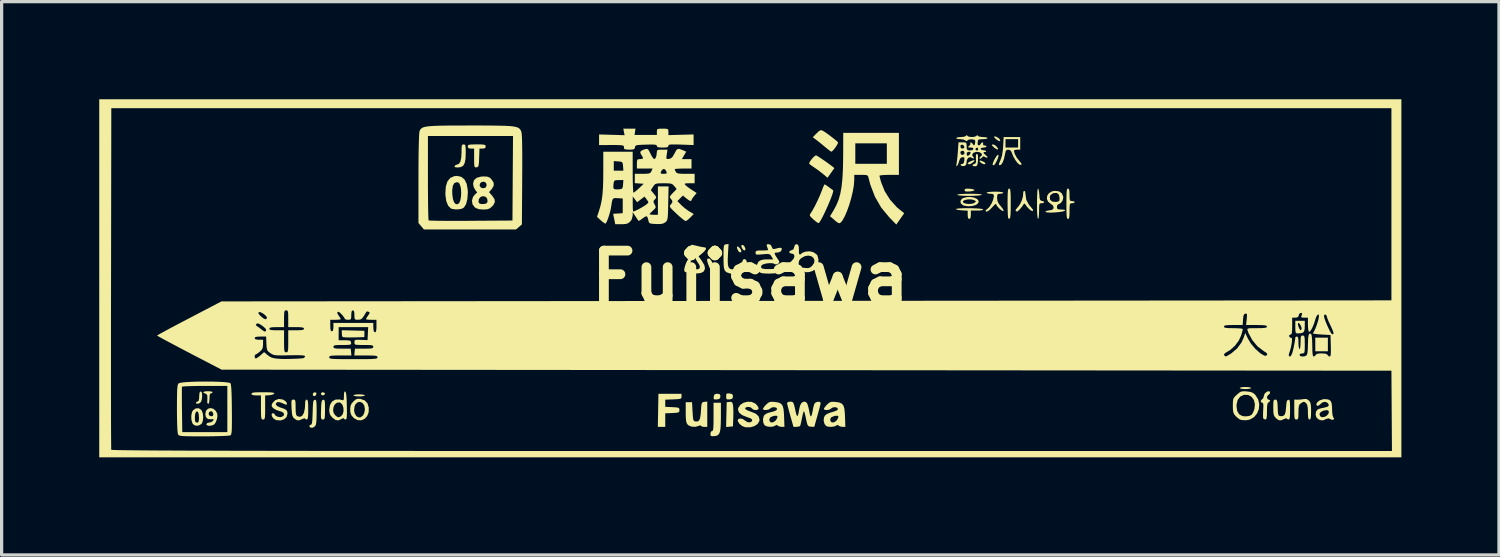
<source format=kicad_pcb>
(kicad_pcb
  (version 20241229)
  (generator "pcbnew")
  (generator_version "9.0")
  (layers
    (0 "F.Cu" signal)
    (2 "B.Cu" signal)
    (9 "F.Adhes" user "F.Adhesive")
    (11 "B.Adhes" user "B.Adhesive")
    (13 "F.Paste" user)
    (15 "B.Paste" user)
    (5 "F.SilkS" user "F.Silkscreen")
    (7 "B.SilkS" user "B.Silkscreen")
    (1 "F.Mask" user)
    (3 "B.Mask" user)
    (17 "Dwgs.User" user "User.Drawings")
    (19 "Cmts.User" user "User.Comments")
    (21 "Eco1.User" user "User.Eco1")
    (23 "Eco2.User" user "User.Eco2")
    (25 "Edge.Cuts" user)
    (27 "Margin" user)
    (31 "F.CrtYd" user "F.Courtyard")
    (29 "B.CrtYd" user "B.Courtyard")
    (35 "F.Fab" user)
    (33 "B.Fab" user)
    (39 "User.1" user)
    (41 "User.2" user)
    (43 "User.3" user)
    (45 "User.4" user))
  (footprint "Fujisawa"
    (layer "F.Cu")
    (at 20.01 5.487)
    (property "Reference" "Fujisawa" (at 0 0 0) (layer "F.SilkS") (effects (font (size 1.524 1.524) (thickness 0.3))))
    (attr board_only exclude_from_pos_files exclude_from_bom)
    (fp_poly (pts (xy 17.751 2.259) (xy 17.364 2.259) (xy 17.364 1.84) (xy 17.751 1.84)) (stroke (width 0) (type solid)) (fill yes) (layer "F.SilkS"))
    (fp_poly (pts (xy -13.337 3.543) (xy -13.335 3.572) (xy -13.365 3.626) (xy -13.411 3.639) (xy -13.441 3.616) (xy -13.447 3.561) (xy -13.404 3.523) (xy -13.373 3.518)) (stroke (width 0) (type solid)) (fill yes) (layer "F.SilkS"))
    (fp_poly (pts (xy -13.083 3.538) (xy -13.071 3.566) (xy -13.098 3.606) (xy -13.136 3.615) (xy -13.188 3.595) (xy -13.2 3.566) (xy -13.173 3.527) (xy -13.136 3.518)) (stroke (width 0) (type solid)) (fill yes) (layer "F.SilkS"))
    (fp_poly (pts (xy -0.22 -1.005) (xy -0.183 -0.966) (xy -0.15 -0.895) (xy -0.159 -0.849) (xy -0.188 -0.839) (xy -0.22 -0.863) (xy -0.253 -0.907) (xy -0.278 -0.975) (xy -0.262 -1.012)) (stroke (width 0) (type solid)) (fill yes) (layer "F.SilkS"))
    (fp_poly (pts (xy 7.145 -3.578) (xy 7.204 -3.544) (xy 7.229 -3.513) (xy 7.206 -3.488) (xy 7.15 -3.498) (xy 7.087 -3.535) (xy 7.046 -3.577) (xy 7.042 -3.599) (xy 7.081 -3.601)) (stroke (width 0) (type solid)) (fill yes) (layer "F.SilkS"))
    (fp_poly (pts (xy -0.373 -0.956) (xy -0.328 -0.916) (xy -0.289 -0.862) (xy -0.273 -0.814) (xy -0.276 -0.803) (xy -0.315 -0.776) (xy -0.361 -0.812) (xy -0.387 -0.855) (xy -0.411 -0.921) (xy -0.406 -0.96)) (stroke (width 0) (type solid)) (fill yes) (layer "F.SilkS"))
    (fp_poly (pts (xy 7.496 -4.088) (xy 7.552 -4.051) (xy 7.563 -4.04) (xy 7.612 -3.973) (xy 7.612 -3.941) (xy 7.57 -3.949) (xy 7.496 -4) (xy 7.444 -4.049) (xy 7.423 -4.08) (xy 7.445 -4.1)) (stroke (width 0) (type solid)) (fill yes) (layer "F.SilkS"))
    (fp_poly (pts (xy -12.208 1.621) (xy -11.861 1.63) (xy -11.861 1.824) (xy -12.185 1.833) (xy -12.324 1.834) (xy -12.438 1.832) (xy -12.512 1.825) (xy -12.532 1.819) (xy -12.549 1.773) (xy -12.555 1.704) (xy -12.555 1.612)) (stroke (width 0) (type solid)) (fill yes) (layer "F.SilkS"))
    (fp_poly (pts (xy 6.893 -3.599) (xy 6.864 -3.564) (xy 6.813 -3.525) (xy 6.759 -3.494) (xy 6.726 -3.486) (xy 6.685 -3.501) (xy 6.681 -3.513) (xy 6.707 -3.544) (xy 6.77 -3.58) (xy 6.841 -3.607) (xy 6.884 -3.614)) (stroke (width 0) (type solid)) (fill yes) (layer "F.SilkS"))
    (fp_poly (pts (xy 7.595 -4.314) (xy 7.652 -4.272) (xy 7.681 -4.231) (xy 7.681 -4.227) (xy 7.665 -4.198) (xy 7.612 -4.217) (xy 7.553 -4.259) (xy 7.504 -4.307) (xy 7.494 -4.342) (xy 7.495 -4.343) (xy 7.534 -4.343)) (stroke (width 0) (type solid)) (fill yes) (layer "F.SilkS"))
    (fp_poly (pts (xy -11.925 3.588) (xy -11.861 3.601) (xy -11.845 3.615) (xy -11.874 3.632) (xy -11.949 3.644) (xy -12.022 3.647) (xy -12.119 3.642) (xy -12.184 3.628) (xy -12.2 3.615) (xy -12.171 3.597) (xy -12.095 3.585) (xy -12.022 3.582)) (stroke (width 0) (type solid)) (fill yes) (layer "F.SilkS"))
    (fp_poly (pts (xy -0.947 3.575) (xy -0.922 3.612) (xy -0.92 3.647) (xy -0.931 3.704) (xy -0.975 3.73) (xy -1.027 3.738) (xy -1.099 3.74) (xy -1.126 3.718) (xy -1.124 3.657) (xy -1.106 3.592) (xy -1.059 3.568) (xy -1.017 3.566)) (stroke (width 0) (type solid)) (fill yes) (layer "F.SilkS"))
    (fp_poly (pts (xy -0.638 3.556) (xy -0.565 3.572) (xy -0.537 3.61) (xy -0.534 3.647) (xy -0.545 3.705) (xy -0.591 3.731) (xy -0.638 3.738) (xy -0.71 3.739) (xy -0.738 3.712) (xy -0.742 3.647) (xy -0.737 3.578) (xy -0.706 3.554)) (stroke (width 0) (type solid)) (fill yes) (layer "F.SilkS"))
    (fp_poly (pts (xy 6.737 -2.737) (xy 6.827 -2.725) (xy 6.882 -2.706) (xy 6.891 -2.695) (xy 6.862 -2.674) (xy 6.788 -2.658) (xy 6.737 -2.653) (xy 6.642 -2.651) (xy 6.596 -2.664) (xy 6.584 -2.695) (xy 6.597 -2.726) (xy 6.644 -2.739)) (stroke (width 0) (type solid)) (fill yes) (layer "F.SilkS"))
    (fp_poly (pts (xy 7.631 -3.765) (xy 7.618 -3.697) (xy 7.58 -3.603) (xy 7.529 -3.507) (xy 7.493 -3.462) (xy 7.463 -3.46) (xy 7.447 -3.472) (xy 7.451 -3.508) (xy 7.479 -3.583) (xy 7.512 -3.651) (xy 7.571 -3.746) (xy 7.613 -3.783)) (stroke (width 0) (type solid)) (fill yes) (layer "F.SilkS"))
    (fp_poly (pts (xy 15.315 3.362) (xy 15.379 3.376) (xy 15.395 3.389) (xy 15.366 3.406) (xy 15.29 3.418) (xy 15.217 3.421) (xy 15.12 3.416) (xy 15.056 3.402) (xy 15.04 3.389) (xy 15.069 3.371) (xy 15.144 3.359) (xy 15.217 3.357)) (stroke (width 0) (type solid)) (fill yes) (layer "F.SilkS"))
    (fp_poly (pts (xy -0.578 3.816) (xy -0.547 3.852) (xy -0.533 3.911) (xy -0.524 3.994) (xy -0.521 4.118) (xy -0.522 4.259) (xy -0.523 4.293) (xy -0.533 4.567) (xy -0.638 4.577) (xy -0.744 4.587) (xy -0.735 4.206) (xy -0.726 3.825) (xy -0.639 3.814)) (stroke (width 0) (type solid)) (fill yes) (layer "F.SilkS"))
    (fp_poly (pts (xy -1.839 -0.566) (xy -1.825 -0.517) (xy -1.845 -0.426) (xy -1.874 -0.341) (xy -1.918 -0.232) (xy -1.952 -0.177) (xy -1.984 -0.167) (xy -2.022 -0.196) (xy -2.032 -0.243) (xy -2.017 -0.325) (xy -1.987 -0.42) (xy -1.949 -0.508) (xy -1.909 -0.568) (xy -1.885 -0.581)) (stroke (width 0) (type solid)) (fill yes) (layer "F.SilkS"))
    (fp_poly (pts (xy -1.241 -0.579) (xy -1.196 -0.521) (xy -1.152 -0.433) (xy -1.119 -0.338) (xy -1.105 -0.264) (xy -1.108 -0.244) (xy -1.144 -0.197) (xy -1.189 -0.212) (xy -1.24 -0.286) (xy -1.282 -0.379) (xy -1.32 -0.492) (xy -1.33 -0.558) (xy -1.315 -0.586) (xy -1.259 -0.59)) (stroke (width 0) (type solid)) (fill yes) (layer "F.SilkS"))
    (fp_poly (pts (xy 6.926 -2.579) (xy 7.048 -2.572) (xy 7.11 -2.56) (xy 7.117 -2.55) (xy 7.077 -2.536) (xy 6.986 -2.526) (xy 6.853 -2.519) (xy 6.727 -2.517) (xy 6.563 -2.52) (xy 6.442 -2.528) (xy 6.372 -2.54) (xy 6.358 -2.55) (xy 6.389 -2.564) (xy 6.477 -2.574) (xy 6.615 -2.58) (xy 6.747 -2.582)) (stroke (width 0) (type solid)) (fill yes) (layer "F.SilkS"))
    (fp_poly (pts (xy -16.863 3.512) (xy -16.849 3.573) (xy -16.848 3.658) (xy -16.859 3.744) (xy -16.881 3.811) (xy -16.924 3.853) (xy -16.981 3.872) (xy -17.028 3.866) (xy -17.041 3.841) (xy -17.015 3.812) (xy -16.993 3.808) (xy -16.955 3.781) (xy -16.94 3.697) (xy -16.94 3.695) (xy -16.935 3.59) (xy -16.927 3.532) (xy -16.911 3.505) (xy -16.888 3.494)) (stroke (width 0) (type solid)) (fill yes) (layer "F.SilkS"))
    (fp_poly (pts (xy 6.989 -3.789) (xy 6.999 -3.723) (xy 6.997 -3.623) (xy 6.989 -3.516) (xy 6.973 -3.458) (xy 6.943 -3.433) (xy 6.918 -3.427) (xy 6.854 -3.432) (xy 6.829 -3.448) (xy 6.84 -3.478) (xy 6.878 -3.496) (xy 6.92 -3.516) (xy 6.937 -3.559) (xy 6.935 -3.643) (xy 6.934 -3.661) (xy 6.933 -3.759) (xy 6.949 -3.803) (xy 6.965 -3.808)) (stroke (width 0) (type solid)) (fill yes) (layer "F.SilkS"))
    (fp_poly (pts (xy -13.101 3.751) (xy -13.085 3.774) (xy -13.076 3.83) (xy -13.072 3.931) (xy -13.071 4.048) (xy -13.072 4.191) (xy -13.077 4.282) (xy -13.087 4.331) (xy -13.106 4.353) (xy -13.137 4.357) (xy -13.137 4.357) (xy -13.168 4.353) (xy -13.186 4.333) (xy -13.195 4.284) (xy -13.197 4.195) (xy -13.193 4.059) (xy -13.187 3.916) (xy -13.178 3.825) (xy -13.163 3.775) (xy -13.14 3.753) (xy -13.128 3.75)) (stroke (width 0) (type solid)) (fill yes) (layer "F.SilkS"))
    (fp_poly (pts (xy 2.072 -3.735) (xy 2.156 -3.681) (xy 2.26 -3.611) (xy 2.369 -3.535) (xy 2.465 -3.464) (xy 2.51 -3.43) (xy 2.584 -3.371) (xy 2.478 -3.222) (xy 2.372 -3.073) (xy 2.243 -3.183) (xy 2.136 -3.268) (xy 2.013 -3.358) (xy 1.961 -3.393) (xy 1.877 -3.45) (xy 1.822 -3.494) (xy 1.807 -3.511) (xy 1.827 -3.562) (xy 1.874 -3.631) (xy 1.933 -3.699) (xy 1.989 -3.749) (xy 2.023 -3.762)) (stroke (width 0) (type solid)) (fill yes) (layer "F.SilkS"))
    (fp_poly (pts (xy -0.904 4.268) (xy -0.907 4.478) (xy -0.916 4.632) (xy -0.935 4.738) (xy -0.966 4.807) (xy -1.012 4.846) (xy -1.077 4.864) (xy -1.106 4.867) (xy -1.185 4.87) (xy -1.219 4.851) (xy -1.226 4.8) (xy -1.226 4.795) (xy -1.21 4.728) (xy -1.178 4.712) (xy -1.158 4.703) (xy -1.144 4.669) (xy -1.136 4.601) (xy -1.131 4.49) (xy -1.13 4.326) (xy -1.13 4.276) (xy -1.13 3.841) (xy -0.904 3.841)) (stroke (width 0) (type solid)) (fill yes) (layer "F.SilkS"))
    (fp_poly (pts (xy -16.583 3.492) (xy -16.531 3.508) (xy -16.525 3.518) (xy -16.551 3.547) (xy -16.573 3.55) (xy -16.603 3.567) (xy -16.618 3.627) (xy -16.621 3.712) (xy -16.627 3.804) (xy -16.642 3.862) (xy -16.654 3.873) (xy -16.688 3.854) (xy -16.689 3.849) (xy -16.69 3.803) (xy -16.687 3.721) (xy -16.686 3.701) (xy -16.689 3.616) (xy -16.715 3.574) (xy -16.748 3.56) (xy -16.807 3.535) (xy -16.808 3.51) (xy -16.757 3.492) (xy -16.67 3.486)) (stroke (width 0) (type solid)) (fill yes) (layer "F.SilkS"))
    (fp_poly (pts (xy -8.779 -4.094) (xy -8.76 -4.069) (xy -8.75 -4.012) (xy -8.747 -3.91) (xy -8.746 -3.839) (xy -8.753 -3.655) (xy -8.778 -3.527) (xy -8.823 -3.445) (xy -8.896 -3.402) (xy -8.999 -3.389) (xy -9.077 -3.399) (xy -9.093 -3.429) (xy -9.054 -3.465) (xy -9.008 -3.48) (xy -8.946 -3.511) (xy -8.905 -3.585) (xy -8.882 -3.709) (xy -8.875 -3.875) (xy -8.874 -3.993) (xy -8.866 -4.061) (xy -8.848 -4.091) (xy -8.815 -4.099) (xy -8.811 -4.099)) (stroke (width 0) (type solid)) (fill yes) (layer "F.SilkS"))
    (fp_poly (pts (xy 7.975 -2.734) (xy 7.988 -2.702) (xy 7.997 -2.636) (xy 8.002 -2.528) (xy 8.004 -2.369) (xy 8.004 -2.275) (xy 8.003 -2.081) (xy 7.998 -1.944) (xy 7.988 -1.858) (xy 7.972 -1.817) (xy 7.949 -1.813) (xy 7.929 -1.829) (xy 7.921 -1.867) (xy 7.914 -1.958) (xy 7.91 -2.088) (xy 7.907 -2.246) (xy 7.907 -2.297) (xy 7.908 -2.478) (xy 7.912 -2.604) (xy 7.919 -2.683) (xy 7.931 -2.727) (xy 7.949 -2.743) (xy 7.956 -2.743)) (stroke (width 0) (type solid)) (fill yes) (layer "F.SilkS"))
    (fp_poly (pts (xy -2.114 3.647) (xy -2.117 3.688) (xy -2.136 3.712) (xy -2.183 3.726) (xy -2.273 3.733) (xy -2.364 3.737) (xy -2.614 3.747) (xy -2.614 3.967) (xy -2.396 3.976) (xy -2.281 3.983) (xy -2.216 3.994) (xy -2.186 4.015) (xy -2.179 4.052) (xy -2.179 4.067) (xy -2.182 4.11) (xy -2.204 4.135) (xy -2.257 4.148) (xy -2.356 4.155) (xy -2.396 4.157) (xy -2.614 4.166) (xy -2.614 4.583) (xy -2.842 4.583) (xy -2.833 4.075) (xy -2.824 3.566) (xy -2.114 3.566)) (stroke (width 0) (type solid)) (fill yes) (layer "F.SilkS"))
    (fp_poly (pts (xy 2.202 -4.531) (xy 2.231 -4.517) (xy 2.297 -4.476) (xy 2.389 -4.411) (xy 2.491 -4.335) (xy 2.587 -4.26) (xy 2.66 -4.198) (xy 2.696 -4.162) (xy 2.688 -4.123) (xy 2.65 -4.056) (xy 2.597 -3.979) (xy 2.542 -3.913) (xy 2.499 -3.877) (xy 2.49 -3.874) (xy 2.457 -3.894) (xy 2.389 -3.946) (xy 2.299 -4.018) (xy 2.288 -4.028) (xy 2.183 -4.115) (xy 2.084 -4.195) (xy 2.014 -4.249) (xy 1.92 -4.319) (xy 2.037 -4.438) (xy 2.109 -4.507) (xy 2.158 -4.535)) (stroke (width 0) (type solid)) (fill yes) (layer "F.SilkS"))
    (fp_poly (pts (xy 6.805 -2.137) (xy 6.94 -2.132) (xy 7.053 -2.125) (xy 7.13 -2.114) (xy 7.158 -2.102) (xy 7.136 -2.079) (xy 7.051 -2.067) (xy 6.974 -2.066) (xy 6.778 -2.066) (xy 6.778 -1.936) (xy 6.77 -1.847) (xy 6.743 -1.81) (xy 6.729 -1.807) (xy 6.695 -1.829) (xy 6.682 -1.9) (xy 6.681 -1.935) (xy 6.681 -2.062) (xy 6.503 -2.072) (xy 6.404 -2.082) (xy 6.336 -2.097) (xy 6.317 -2.109) (xy 6.343 -2.122) (xy 6.419 -2.131) (xy 6.531 -2.137) (xy 6.665 -2.138)) (stroke (width 0) (type solid)) (fill yes) (layer "F.SilkS"))
    (fp_poly (pts (xy 17.041 1.497) (xy 17.033 1.61) (xy 17.001 1.674) (xy 16.931 1.703) (xy 16.823 1.71) (xy 16.783 1.705) (xy 16.761 1.679) (xy 16.752 1.618) (xy 16.75 1.517) (xy 16.75 1.432) (xy 16.83 1.432) (xy 16.847 1.501) (xy 16.876 1.569) (xy 16.907 1.611) (xy 16.915 1.614) (xy 16.939 1.587) (xy 16.944 1.555) (xy 16.93 1.495) (xy 16.897 1.433) (xy 16.859 1.393) (xy 16.834 1.391) (xy 16.83 1.432) (xy 16.75 1.432) (xy 16.75 1.323) (xy 17.041 1.323)) (stroke (width 0) (type solid)) (fill yes) (layer "F.SilkS"))
    (fp_poly (pts (xy -13.362 3.751) (xy -13.346 3.771) (xy -13.336 3.821) (xy -13.331 3.91) (xy -13.329 4.049) (xy -13.329 4.126) (xy -13.331 4.301) (xy -13.337 4.422) (xy -13.349 4.5) (xy -13.367 4.548) (xy -13.38 4.565) (xy -13.453 4.61) (xy -13.519 4.605) (xy -13.534 4.594) (xy -13.554 4.547) (xy -13.521 4.519) (xy -13.508 4.518) (xy -13.487 4.507) (xy -13.472 4.467) (xy -13.462 4.387) (xy -13.455 4.26) (xy -13.451 4.14) (xy -13.446 3.976) (xy -13.439 3.866) (xy -13.429 3.799) (xy -13.413 3.764) (xy -13.389 3.751) (xy -13.386 3.75)) (stroke (width 0) (type solid)) (fill yes) (layer "F.SilkS"))
    (fp_poly (pts (xy 8.86 -2.714) (xy 8.875 -2.638) (xy 8.882 -2.558) (xy 8.89 -2.452) (xy 8.906 -2.394) (xy 8.935 -2.369) (xy 8.964 -2.362) (xy 9.026 -2.34) (xy 9.03 -2.311) (xy 8.977 -2.292) (xy 8.956 -2.291) (xy 8.915 -2.288) (xy 8.891 -2.27) (xy 8.879 -2.224) (xy 8.876 -2.134) (xy 8.875 -2.049) (xy 8.871 -1.927) (xy 8.861 -1.842) (xy 8.845 -1.808) (xy 8.843 -1.807) (xy 8.83 -1.839) (xy 8.82 -1.929) (xy 8.813 -2.072) (xy 8.811 -2.262) (xy 8.811 -2.275) (xy 8.813 -2.454) (xy 8.819 -2.597) (xy 8.827 -2.696) (xy 8.839 -2.741) (xy 8.842 -2.743)) (stroke (width 0) (type solid)) (fill yes) (layer "F.SilkS"))
    (fp_poly (pts (xy -8.274 -4.098) (xy -8.193 -4.092) (xy -8.15 -4.079) (xy -8.135 -4.056) (xy -8.133 -4.034) (xy -8.149 -3.987) (xy -8.206 -3.97) (xy -8.229 -3.97) (xy -8.324 -3.97) (xy -8.334 -3.687) (xy -8.339 -3.552) (xy -8.348 -3.467) (xy -8.362 -3.421) (xy -8.387 -3.401) (xy -8.416 -3.395) (xy -8.45 -3.393) (xy -8.471 -3.407) (xy -8.483 -3.449) (xy -8.487 -3.53) (xy -8.488 -3.664) (xy -8.488 -3.677) (xy -8.488 -3.97) (xy -8.585 -3.97) (xy -8.656 -3.98) (xy -8.681 -4.018) (xy -8.682 -4.034) (xy -8.677 -4.066) (xy -8.653 -4.085) (xy -8.598 -4.095) (xy -8.499 -4.098) (xy -8.407 -4.099)) (stroke (width 0) (type solid)) (fill yes) (layer "F.SilkS"))
    (fp_poly (pts (xy 2.314 -2.855) (xy 2.379 -2.811) (xy 2.415 -2.785) (xy 2.488 -2.731) (xy 2.537 -2.695) (xy 2.546 -2.689) (xy 2.547 -2.652) (xy 2.524 -2.57) (xy 2.482 -2.453) (xy 2.426 -2.315) (xy 2.362 -2.166) (xy 2.294 -2.019) (xy 2.229 -1.884) (xy 2.17 -1.775) (xy 2.124 -1.702) (xy 2.098 -1.678) (xy 2.058 -1.698) (xy 1.989 -1.75) (xy 1.936 -1.796) (xy 1.862 -1.865) (xy 1.83 -1.91) (xy 1.833 -1.947) (xy 1.855 -1.981) (xy 1.917 -2.08) (xy 1.992 -2.219) (xy 2.071 -2.379) (xy 2.143 -2.54) (xy 2.195 -2.671) (xy 2.234 -2.773) (xy 2.265 -2.845) (xy 2.282 -2.872)) (stroke (width 0) (type solid)) (fill yes) (layer "F.SilkS"))
    (fp_poly (pts (xy -14.809 3.52) (xy -14.702 3.526) (xy -14.644 3.537) (xy -14.627 3.554) (xy -14.628 3.558) (xy -14.666 3.585) (xy -14.744 3.605) (xy -14.776 3.609) (xy -14.911 3.618) (xy -14.911 3.988) (xy -14.911 4.147) (xy -14.915 4.252) (xy -14.923 4.315) (xy -14.937 4.346) (xy -14.96 4.356) (xy -14.975 4.357) (xy -15.003 4.353) (xy -15.021 4.334) (xy -15.032 4.289) (xy -15.038 4.207) (xy -15.04 4.077) (xy -15.04 3.986) (xy -15.04 3.615) (xy -15.185 3.615) (xy -15.281 3.608) (xy -15.324 3.587) (xy -15.33 3.566) (xy -15.32 3.545) (xy -15.283 3.53) (xy -15.209 3.522) (xy -15.087 3.519) (xy -14.973 3.518)) (stroke (width 0) (type solid)) (fill yes) (layer "F.SilkS"))
    (fp_poly (pts (xy 8.445 -2.655) (xy 8.456 -2.581) (xy 8.456 -2.571) (xy 8.482 -2.395) (xy 8.565 -2.241) (xy 8.622 -2.174) (xy 8.68 -2.102) (xy 8.691 -2.058) (xy 8.685 -2.051) (xy 8.641 -2.058) (xy 8.576 -2.105) (xy 8.505 -2.18) (xy 8.46 -2.244) (xy 8.424 -2.284) (xy 8.403 -2.266) (xy 8.368 -2.208) (xy 8.312 -2.138) (xy 8.252 -2.074) (xy 8.207 -2.037) (xy 8.197 -2.033) (xy 8.155 -2.056) (xy 8.152 -2.061) (xy 8.163 -2.098) (xy 8.209 -2.157) (xy 8.229 -2.177) (xy 8.291 -2.262) (xy 8.344 -2.376) (xy 8.379 -2.496) (xy 8.388 -2.596) (xy 8.385 -2.613) (xy 8.4 -2.66) (xy 8.416 -2.669)) (stroke (width 0) (type solid)) (fill yes) (layer "F.SilkS"))
    (fp_poly (pts (xy 6.883 -2.462) (xy 6.971 -2.421) (xy 7.016 -2.362) (xy 7.02 -2.34) (xy 6.991 -2.278) (xy 6.915 -2.231) (xy 6.809 -2.203) (xy 6.69 -2.197) (xy 6.574 -2.216) (xy 6.528 -2.234) (xy 6.467 -2.291) (xy 6.459 -2.355) (xy 6.535 -2.355) (xy 6.538 -2.317) (xy 6.588 -2.288) (xy 6.668 -2.271) (xy 6.758 -2.268) (xy 6.842 -2.282) (xy 6.892 -2.305) (xy 6.932 -2.339) (xy 6.922 -2.362) (xy 6.869 -2.39) (xy 6.784 -2.409) (xy 6.684 -2.408) (xy 6.592 -2.39) (xy 6.537 -2.357) (xy 6.535 -2.355) (xy 6.459 -2.355) (xy 6.459 -2.362) (xy 6.503 -2.427) (xy 6.537 -2.448) (xy 6.65 -2.479) (xy 6.771 -2.483)) (stroke (width 0) (type solid)) (fill yes) (layer "F.SilkS"))
    (fp_poly (pts (xy -16.871 4.065) (xy -16.865 4.074) (xy -16.828 4.165) (xy -16.815 4.281) (xy -16.825 4.394) (xy -16.859 4.481) (xy -16.874 4.497) (xy -16.962 4.544) (xy -17.053 4.545) (xy -17.126 4.501) (xy -17.142 4.479) (xy -17.177 4.369) (xy -17.18 4.284) (xy -17.072 4.284) (xy -17.069 4.371) (xy -17.055 4.428) (xy -17.052 4.432) (xy -17.003 4.453) (xy -16.987 4.454) (xy -16.959 4.429) (xy -16.945 4.35) (xy -16.944 4.294) (xy -16.953 4.186) (xy -16.977 4.12) (xy -17.011 4.104) (xy -17.044 4.135) (xy -17.063 4.196) (xy -17.072 4.284) (xy -17.18 4.284) (xy -17.182 4.244) (xy -17.159 4.13) (xy -17.125 4.07) (xy -17.039 4.013) (xy -16.949 4.011)) (stroke (width 0) (type solid)) (fill yes) (layer "F.SilkS"))
    (fp_poly (pts (xy 9.791 -2.728) (xy 9.806 -2.676) (xy 9.811 -2.573) (xy 9.811 -2.55) (xy 9.813 -2.442) (xy 9.822 -2.384) (xy 9.846 -2.361) (xy 9.889 -2.356) (xy 9.892 -2.356) (xy 9.953 -2.345) (xy 9.973 -2.324) (xy 9.945 -2.3) (xy 9.892 -2.291) (xy 9.851 -2.288) (xy 9.827 -2.27) (xy 9.815 -2.224) (xy 9.812 -2.134) (xy 9.811 -2.049) (xy 9.809 -1.922) (xy 9.8 -1.847) (xy 9.782 -1.813) (xy 9.763 -1.807) (xy 9.744 -1.816) (xy 9.73 -1.849) (xy 9.722 -1.915) (xy 9.717 -2.023) (xy 9.715 -2.182) (xy 9.715 -2.275) (xy 9.716 -2.461) (xy 9.719 -2.592) (xy 9.726 -2.676) (xy 9.737 -2.723) (xy 9.753 -2.742) (xy 9.763 -2.743)) (stroke (width 0) (type solid)) (fill yes) (layer "F.SilkS"))
    (fp_poly (pts (xy -1.323 4.583) (xy -1.42 4.583) (xy -1.488 4.573) (xy -1.517 4.55) (xy -1.517 4.55) (xy -1.537 4.533) (xy -1.579 4.55) (xy -1.689 4.581) (xy -1.805 4.575) (xy -1.902 4.535) (xy -1.923 4.515) (xy -1.953 4.472) (xy -1.971 4.414) (xy -1.981 4.324) (xy -1.985 4.189) (xy -1.985 4.136) (xy -1.985 3.825) (xy -1.791 3.825) (xy -1.775 4.115) (xy -1.766 4.253) (xy -1.756 4.339) (xy -1.741 4.387) (xy -1.717 4.408) (xy -1.683 4.416) (xy -1.617 4.415) (xy -1.572 4.383) (xy -1.543 4.311) (xy -1.524 4.189) (xy -1.517 4.089) (xy -1.508 3.959) (xy -1.498 3.88) (xy -1.48 3.838) (xy -1.451 3.821) (xy -1.412 3.814) (xy -1.323 3.804)) (stroke (width 0) (type solid)) (fill yes) (layer "F.SilkS"))
    (fp_poly (pts (xy -0.687 -0.725) (xy -0.694 -0.54) (xy -0.689 -0.409) (xy -0.669 -0.325) (xy -0.63 -0.278) (xy -0.571 -0.26) (xy -0.541 -0.258) (xy -0.407 -0.285) (xy -0.309 -0.366) (xy -0.258 -0.468) (xy -0.226 -0.549) (xy -0.194 -0.577) (xy -0.148 -0.561) (xy -0.133 -0.552) (xy -0.109 -0.503) (xy -0.121 -0.423) (xy -0.164 -0.33) (xy -0.23 -0.242) (xy -0.263 -0.211) (xy -0.369 -0.152) (xy -0.497 -0.126) (xy -0.624 -0.131) (xy -0.728 -0.169) (xy -0.762 -0.197) (xy -0.789 -0.235) (xy -0.806 -0.286) (xy -0.817 -0.364) (xy -0.822 -0.481) (xy -0.823 -0.641) (xy -0.823 -0.801) (xy -0.82 -0.908) (xy -0.812 -0.973) (xy -0.798 -1.008) (xy -0.774 -1.022) (xy -0.745 -1.028) (xy -0.668 -1.039)) (stroke (width 0) (type solid)) (fill yes) (layer "F.SilkS"))
    (fp_poly (pts (xy -16.505 4.026) (xy -16.429 4.091) (xy -16.384 4.175) (xy -16.377 4.258) (xy -16.398 4.361) (xy -16.437 4.456) (xy -16.487 4.515) (xy -16.491 4.518) (xy -16.574 4.546) (xy -16.653 4.549) (xy -16.707 4.527) (xy -16.718 4.502) (xy -16.69 4.463) (xy -16.644 4.454) (xy -16.567 4.436) (xy -16.509 4.393) (xy -16.492 4.355) (xy -16.519 4.344) (xy -16.573 4.349) (xy -16.669 4.342) (xy -16.731 4.283) (xy -16.75 4.194) (xy -16.749 4.186) (xy -16.648 4.186) (xy -16.641 4.213) (xy -16.599 4.253) (xy -16.541 4.255) (xy -16.51 4.231) (xy -16.504 4.174) (xy -16.534 4.119) (xy -16.574 4.099) (xy -16.631 4.125) (xy -16.648 4.186) (xy -16.749 4.186) (xy -16.728 4.089) (xy -16.67 4.026) (xy -16.591 4.004)) (stroke (width 0) (type solid)) (fill yes) (layer "F.SilkS"))
    (fp_poly (pts (xy -11.982 3.723) (xy -11.851 3.769) (xy -11.766 3.86) (xy -11.726 3.992) (xy -11.73 4.136) (xy -11.777 4.253) (xy -11.857 4.337) (xy -11.957 4.38) (xy -12.068 4.376) (xy -12.177 4.318) (xy -12.202 4.295) (xy -12.265 4.218) (xy -12.292 4.135) (xy -12.295 4.075) (xy -12.178 4.075) (xy -12.156 4.176) (xy -12.107 4.251) (xy -12.043 4.291) (xy -11.971 4.286) (xy -11.9 4.228) (xy -11.895 4.221) (xy -11.86 4.139) (xy -11.845 4.038) (xy -11.845 4.032) (xy -11.866 3.921) (xy -11.92 3.847) (xy -11.992 3.814) (xy -12.068 3.826) (xy -12.133 3.885) (xy -12.164 3.957) (xy -12.178 4.075) (xy -12.295 4.075) (xy -12.297 4.05) (xy -12.288 3.942) (xy -12.253 3.864) (xy -12.198 3.802) (xy -12.125 3.739) (xy -12.061 3.717)) (stroke (width 0) (type solid)) (fill yes) (layer "F.SilkS"))
    (fp_poly (pts (xy 17.167 3.773) (xy 17.202 3.818) (xy 17.222 3.876) (xy 17.232 3.965) (xy 17.235 4.099) (xy 17.232 4.231) (xy 17.224 4.311) (xy 17.208 4.349) (xy 17.186 4.357) (xy 17.16 4.344) (xy 17.145 4.296) (xy 17.138 4.201) (xy 17.138 4.133) (xy 17.132 3.991) (xy 17.113 3.901) (xy 17.087 3.859) (xy 17.035 3.817) (xy 16.988 3.817) (xy 16.919 3.859) (xy 16.88 3.894) (xy 16.859 3.944) (xy 16.849 4.025) (xy 16.847 4.133) (xy 16.845 4.251) (xy 16.838 4.319) (xy 16.819 4.349) (xy 16.787 4.357) (xy 16.783 4.357) (xy 16.753 4.352) (xy 16.734 4.331) (xy 16.723 4.279) (xy 16.719 4.187) (xy 16.718 4.05) (xy 16.718 3.744) (xy 16.823 3.747) (xy 16.928 3.741) (xy 17.014 3.727) (xy 17.097 3.726)) (stroke (width 0) (type solid)) (fill yes) (layer "F.SilkS"))
    (fp_poly (pts (xy 15.973 3.507) (xy 15.97 3.551) (xy 15.936 3.59) (xy 15.927 3.594) (xy 15.888 3.638) (xy 15.879 3.678) (xy 15.899 3.732) (xy 15.927 3.744) (xy 15.97 3.762) (xy 15.976 3.777) (xy 15.95 3.816) (xy 15.927 3.829) (xy 15.902 3.855) (xy 15.887 3.915) (xy 15.88 4.021) (xy 15.879 4.102) (xy 15.877 4.235) (xy 15.868 4.314) (xy 15.85 4.351) (xy 15.833 4.357) (xy 15.778 4.338) (xy 15.767 4.326) (xy 15.759 4.279) (xy 15.758 4.189) (xy 15.763 4.072) (xy 15.763 4.067) (xy 15.769 3.946) (xy 15.765 3.875) (xy 15.749 3.845) (xy 15.732 3.841) (xy 15.692 3.819) (xy 15.69 3.775) (xy 15.726 3.735) (xy 15.734 3.732) (xy 15.771 3.689) (xy 15.782 3.633) (xy 15.811 3.554) (xy 15.881 3.499) (xy 15.941 3.486)) (stroke (width 0) (type solid)) (fill yes) (layer "F.SilkS"))
    (fp_poly (pts (xy -8.882 -3.102) (xy -8.783 -3.02) (xy -8.716 -2.884) (xy -8.685 -2.699) (xy -8.682 -2.615) (xy -8.696 -2.417) (xy -8.736 -2.263) (xy -8.8 -2.161) (xy -8.838 -2.133) (xy -8.929 -2.107) (xy -9.046 -2.1) (xy -9.155 -2.114) (xy -9.206 -2.133) (xy -9.288 -2.217) (xy -9.344 -2.354) (xy -9.37 -2.538) (xy -9.372 -2.598) (xy -9.366 -2.687) (xy -9.162 -2.687) (xy -9.159 -2.561) (xy -9.139 -2.417) (xy -9.101 -2.315) (xy -9.05 -2.261) (xy -8.991 -2.263) (xy -8.946 -2.3) (xy -8.914 -2.374) (xy -8.893 -2.488) (xy -8.886 -2.62) (xy -8.895 -2.745) (xy -8.906 -2.801) (xy -8.936 -2.888) (xy -8.972 -2.928) (xy -9.023 -2.937) (xy -9.097 -2.91) (xy -9.143 -2.827) (xy -9.162 -2.687) (xy -9.366 -2.687) (xy -9.357 -2.808) (xy -9.307 -2.965) (xy -9.221 -3.069) (xy -9.099 -3.123) (xy -9.013 -3.131)) (stroke (width 0) (type solid)) (fill yes) (layer "F.SilkS"))
    (fp_poly (pts (xy -1.779 -1.012) (xy -1.707 -0.996) (xy -1.639 -0.98) (xy -1.533 -0.955) (xy -1.445 -0.939) (xy -1.413 -0.936) (xy -1.363 -0.92) (xy -1.366 -0.874) (xy -1.42 -0.805) (xy -1.473 -0.757) (xy -1.591 -0.658) (xy -1.489 -0.518) (xy -1.413 -0.39) (xy -1.392 -0.288) (xy -1.424 -0.206) (xy -1.447 -0.183) (xy -1.522 -0.147) (xy -1.627 -0.132) (xy -1.732 -0.14) (xy -1.767 -0.15) (xy -1.798 -0.192) (xy -1.807 -0.245) (xy -1.793 -0.308) (xy -1.759 -0.321) (xy -1.727 -0.29) (xy -1.682 -0.265) (xy -1.628 -0.258) (xy -1.567 -0.28) (xy -1.548 -0.337) (xy -1.574 -0.414) (xy -1.618 -0.472) (xy -1.675 -0.572) (xy -1.679 -0.68) (xy -1.634 -0.77) (xy -1.605 -0.808) (xy -1.615 -0.833) (xy -1.674 -0.856) (xy -1.713 -0.868) (xy -1.799 -0.902) (xy -1.829 -0.937) (xy -1.826 -0.957) (xy -1.81 -1.004) (xy -1.807 -1.015)) (stroke (width 0) (type solid)) (fill yes) (layer "F.SilkS"))
    (fp_poly (pts (xy 8.295 -3.937) (xy 8.198 -3.937) (xy 8.13 -3.929) (xy 8.101 -3.908) (xy 8.101 -3.907) (xy 8.123 -3.817) (xy 8.179 -3.707) (xy 8.258 -3.604) (xy 8.267 -3.594) (xy 8.328 -3.519) (xy 8.334 -3.475) (xy 8.328 -3.47) (xy 8.278 -3.474) (xy 8.215 -3.526) (xy 8.147 -3.616) (xy 8.082 -3.73) (xy 8.03 -3.858) (xy 8.023 -3.881) (xy 7.979 -3.927) (xy 7.929 -3.937) (xy 7.877 -3.928) (xy 7.848 -3.887) (xy 7.83 -3.805) (xy 7.798 -3.66) (xy 7.757 -3.547) (xy 7.71 -3.477) (xy 7.665 -3.458) (xy 7.643 -3.47) (xy 7.645 -3.507) (xy 7.672 -3.579) (xy 7.69 -3.617) (xy 7.735 -3.751) (xy 7.763 -3.938) (xy 7.768 -4.002) (xy 7.843 -4.002) (xy 8.23 -4.002) (xy 8.23 -4.26) (xy 7.843 -4.26) (xy 7.843 -4.002) (xy 7.768 -4.002) (xy 7.771 -4.036) (xy 7.787 -4.325) (xy 8.295 -4.325)) (stroke (width 0) (type solid)) (fill yes) (layer "F.SilkS"))
    (fp_poly (pts (xy -13.613 3.755) (xy -13.598 3.795) (xy -13.59 3.875) (xy -13.588 4.006) (xy -13.588 4.05) (xy -13.589 4.197) (xy -13.596 4.289) (xy -13.608 4.339) (xy -13.629 4.356) (xy -13.636 4.357) (xy -13.679 4.341) (xy -13.684 4.327) (xy -13.709 4.319) (xy -13.768 4.34) (xy -13.773 4.343) (xy -13.863 4.381) (xy -13.929 4.38) (xy -14 4.337) (xy -14.011 4.328) (xy -14.05 4.289) (xy -14.075 4.237) (xy -14.089 4.156) (xy -14.098 4.03) (xy -14.099 4.005) (xy -14.104 3.876) (xy -14.102 3.798) (xy -14.091 3.759) (xy -14.067 3.745) (xy -14.043 3.744) (xy -14.008 3.749) (xy -13.988 3.773) (xy -13.978 3.829) (xy -13.975 3.932) (xy -13.975 3.984) (xy -13.972 4.116) (xy -13.96 4.198) (xy -13.938 4.242) (xy -13.922 4.254) (xy -13.837 4.275) (xy -13.768 4.237) (xy -13.717 4.145) (xy -13.689 4.005) (xy -13.684 3.9) (xy -13.679 3.801) (xy -13.66 3.753) (xy -13.636 3.744)) (stroke (width 0) (type solid)) (fill yes) (layer "F.SilkS"))
    (fp_poly (pts (xy 7.648 -2.643) (xy 7.738 -2.632) (xy 7.777 -2.617) (xy 7.778 -2.614) (xy 7.75 -2.592) (xy 7.683 -2.582) (xy 7.681 -2.582) (xy 7.619 -2.577) (xy 7.592 -2.549) (xy 7.585 -2.481) (xy 7.584 -2.453) (xy 7.596 -2.357) (xy 7.638 -2.272) (xy 7.699 -2.197) (xy 7.763 -2.116) (xy 7.785 -2.063) (xy 7.779 -2.05) (xy 7.74 -2.059) (xy 7.68 -2.103) (xy 7.617 -2.164) (xy 7.569 -2.227) (xy 7.552 -2.268) (xy 7.534 -2.266) (xy 7.486 -2.223) (xy 7.437 -2.168) (xy 7.358 -2.088) (xy 7.29 -2.041) (xy 7.244 -2.031) (xy 7.229 -2.058) (xy 7.254 -2.092) (xy 7.296 -2.124) (xy 7.356 -2.186) (xy 7.416 -2.286) (xy 7.463 -2.398) (xy 7.486 -2.497) (xy 7.487 -2.509) (xy 7.477 -2.559) (xy 7.435 -2.579) (xy 7.375 -2.582) (xy 7.3 -2.59) (xy 7.263 -2.61) (xy 7.262 -2.614) (xy 7.292 -2.63) (xy 7.374 -2.641) (xy 7.497 -2.646) (xy 7.52 -2.647)) (stroke (width 0) (type solid)) (fill yes) (layer "F.SilkS"))
    (fp_poly (pts (xy 0.041 3.815) (xy 0.151 3.864) (xy 0.179 3.888) (xy 0.244 3.971) (xy 0.254 4.03) (xy 0.208 4.062) (xy 0.165 4.067) (xy 0.089 4.051) (xy 0.053 4.018) (xy 0.014 3.984) (xy -0.052 3.97) (xy -0.118 3.976) (xy -0.158 4.003) (xy -0.161 4.016) (xy -0.131 4.053) (xy -0.048 4.092) (xy 0.016 4.114) (xy 0.164 4.175) (xy 0.254 4.257) (xy 0.284 4.356) (xy 0.277 4.405) (xy 0.224 4.494) (xy 0.125 4.56) (xy -0.005 4.596) (xy -0.148 4.594) (xy -0.161 4.592) (xy -0.253 4.555) (xy -0.333 4.49) (xy -0.381 4.415) (xy -0.387 4.384) (xy -0.363 4.338) (xy -0.303 4.325) (xy -0.228 4.344) (xy -0.159 4.391) (xy -0.086 4.437) (xy -0.011 4.445) (xy 0.044 4.415) (xy 0.058 4.384) (xy 0.047 4.347) (xy -0.009 4.313) (xy -0.111 4.278) (xy -0.253 4.22) (xy -0.344 4.144) (xy -0.379 4.056) (xy -0.372 4.004) (xy -0.31 3.908) (xy -0.209 3.841) (xy -0.085 3.809)) (stroke (width 0) (type solid)) (fill yes) (layer "F.SilkS"))
    (fp_poly (pts (xy 16.168 3.75) (xy 16.188 3.779) (xy 16.2 3.842) (xy 16.207 3.953) (xy 16.208 3.994) (xy 16.214 4.12) (xy 16.223 4.195) (xy 16.241 4.234) (xy 16.271 4.249) (xy 16.301 4.254) (xy 16.374 4.249) (xy 16.422 4.209) (xy 16.451 4.124) (xy 16.466 3.985) (xy 16.467 3.969) (xy 16.477 3.851) (xy 16.493 3.784) (xy 16.52 3.754) (xy 16.533 3.75) (xy 16.559 3.751) (xy 16.576 3.775) (xy 16.585 3.833) (xy 16.588 3.935) (xy 16.589 4.048) (xy 16.587 4.195) (xy 16.581 4.288) (xy 16.569 4.338) (xy 16.548 4.356) (xy 16.541 4.357) (xy 16.498 4.341) (xy 16.492 4.327) (xy 16.468 4.319) (xy 16.409 4.34) (xy 16.403 4.343) (xy 16.309 4.382) (xy 16.239 4.377) (xy 16.167 4.325) (xy 16.152 4.31) (xy 16.111 4.261) (xy 16.087 4.206) (xy 16.076 4.125) (xy 16.073 3.999) (xy 16.073 3.987) (xy 16.074 3.863) (xy 16.081 3.79) (xy 16.097 3.755) (xy 16.125 3.744) (xy 16.136 3.744)) (stroke (width 0) (type solid)) (fill yes) (layer "F.SilkS"))
    (fp_poly (pts (xy -14.368 3.742) (xy -14.363 3.744) (xy -14.289 3.789) (xy -14.245 3.845) (xy -14.243 3.893) (xy -14.248 3.899) (xy -14.284 3.896) (xy -14.353 3.868) (xy -14.374 3.857) (xy -14.469 3.822) (xy -14.543 3.824) (xy -14.581 3.86) (xy -14.582 3.896) (xy -14.544 3.942) (xy -14.454 3.984) (xy -14.428 3.992) (xy -14.317 4.03) (xy -14.255 4.07) (xy -14.229 4.126) (xy -14.225 4.183) (xy -14.253 4.28) (xy -14.328 4.35) (xy -14.434 4.384) (xy -14.556 4.377) (xy -14.588 4.367) (xy -14.652 4.327) (xy -14.696 4.269) (xy -14.714 4.211) (xy -14.698 4.171) (xy -14.669 4.163) (xy -14.626 4.18) (xy -14.62 4.195) (xy -14.592 4.238) (xy -14.525 4.271) (xy -14.444 4.283) (xy -14.408 4.278) (xy -14.343 4.239) (xy -14.33 4.196) (xy -14.347 4.15) (xy -14.407 4.115) (xy -14.473 4.096) (xy -14.574 4.06) (xy -14.656 4.013) (xy -14.674 3.996) (xy -14.711 3.944) (xy -14.707 3.895) (xy -14.684 3.849) (xy -14.601 3.762) (xy -14.489 3.724)) (stroke (width 0) (type solid)) (fill yes) (layer "F.SilkS"))
    (fp_poly (pts (xy -12.431 3.522) (xy -12.417 3.597) (xy -12.407 3.725) (xy -12.401 3.91) (xy -12.401 3.932) (xy -12.398 4.107) (xy -12.399 4.227) (xy -12.405 4.303) (xy -12.416 4.342) (xy -12.434 4.356) (xy -12.441 4.357) (xy -12.484 4.339) (xy -12.49 4.323) (xy -12.512 4.314) (xy -12.562 4.339) (xy -12.658 4.384) (xy -12.747 4.371) (xy -12.843 4.299) (xy -12.848 4.295) (xy -12.912 4.216) (xy -12.938 4.129) (xy -12.941 4.068) (xy -12.823 4.068) (xy -12.803 4.163) (xy -12.748 4.235) (xy -12.689 4.279) (xy -12.65 4.288) (xy -12.598 4.266) (xy -12.586 4.26) (xy -12.529 4.198) (xy -12.502 4.104) (xy -12.505 4) (xy -12.535 3.905) (xy -12.591 3.843) (xy -12.617 3.832) (xy -12.701 3.837) (xy -12.767 3.889) (xy -12.809 3.971) (xy -12.823 4.068) (xy -12.941 4.068) (xy -12.942 4.055) (xy -12.918 3.908) (xy -12.852 3.802) (xy -12.75 3.744) (xy -12.621 3.74) (xy -12.563 3.756) (xy -12.519 3.766) (xy -12.497 3.747) (xy -12.491 3.686) (xy -12.49 3.63) (xy -12.484 3.533) (xy -12.465 3.494) (xy -12.45 3.494)) (stroke (width 0) (type solid)) (fill yes) (layer "F.SilkS"))
    (fp_poly (pts (xy 15.259 3.493) (xy 15.375 3.509) (xy 15.452 3.54) (xy 15.518 3.597) (xy 15.525 3.605) (xy 15.609 3.74) (xy 15.642 3.888) (xy 15.629 4.036) (xy 15.574 4.172) (xy 15.482 4.283) (xy 15.357 4.356) (xy 15.26 4.377) (xy 15.157 4.378) (xy 15.073 4.366) (xy 15.056 4.36) (xy 14.99 4.317) (xy 14.917 4.251) (xy 14.911 4.245) (xy 14.867 4.189) (xy 14.842 4.127) (xy 14.832 4.038) (xy 14.83 3.937) (xy 14.943 3.937) (xy 14.963 4.091) (xy 15.023 4.195) (xy 15.125 4.25) (xy 15.217 4.26) (xy 15.327 4.248) (xy 15.403 4.215) (xy 15.408 4.21) (xy 15.448 4.148) (xy 15.486 4.055) (xy 15.493 4.028) (xy 15.508 3.882) (xy 15.476 3.755) (xy 15.405 3.658) (xy 15.303 3.602) (xy 15.179 3.597) (xy 15.168 3.599) (xy 15.054 3.654) (xy 14.977 3.758) (xy 14.944 3.902) (xy 14.943 3.937) (xy 14.83 3.937) (xy 14.83 3.932) (xy 14.832 3.812) (xy 14.842 3.735) (xy 14.869 3.68) (xy 14.921 3.624) (xy 14.955 3.592) (xy 15.032 3.527) (xy 15.094 3.495) (xy 15.171 3.488)) (stroke (width 0) (type solid)) (fill yes) (layer "F.SilkS"))
    (fp_poly (pts (xy 9.48 -2.658) (xy 9.571 -2.597) (xy 9.615 -2.498) (xy 9.618 -2.458) (xy 9.596 -2.37) (xy 9.541 -2.297) (xy 9.473 -2.26) (xy 9.462 -2.259) (xy 9.434 -2.232) (xy 9.424 -2.179) (xy 9.431 -2.127) (xy 9.464 -2.103) (xy 9.542 -2.098) (xy 9.553 -2.098) (xy 9.646 -2.091) (xy 9.679 -2.074) (xy 9.654 -2.053) (xy 9.575 -2.031) (xy 9.513 -2.022) (xy 9.351 -2.007) (xy 9.216 -2.002) (xy 9.12 -2.008) (xy 9.072 -2.024) (xy 9.069 -2.031) (xy 9.098 -2.053) (xy 9.168 -2.069) (xy 9.19 -2.072) (xy 9.275 -2.087) (xy 9.313 -2.122) (xy 9.321 -2.152) (xy 9.307 -2.217) (xy 9.243 -2.265) (xy 9.153 -2.336) (xy 9.114 -2.425) (xy 9.121 -2.491) (xy 9.204 -2.491) (xy 9.215 -2.398) (xy 9.276 -2.343) (xy 9.383 -2.33) (xy 9.389 -2.33) (xy 9.466 -2.342) (xy 9.498 -2.373) (xy 9.505 -2.444) (xy 9.505 -2.449) (xy 9.484 -2.553) (xy 9.425 -2.605) (xy 9.331 -2.604) (xy 9.305 -2.596) (xy 9.227 -2.544) (xy 9.204 -2.491) (xy 9.121 -2.491) (xy 9.124 -2.518) (xy 9.178 -2.599) (xy 9.272 -2.656) (xy 9.353 -2.672)) (stroke (width 0) (type solid)) (fill yes) (layer "F.SilkS"))
    (fp_poly (pts (xy 0.746 3.816) (xy 0.861 3.833) (xy 0.939 3.867) (xy 0.99 3.927) (xy 1.019 4.025) (xy 1.034 4.171) (xy 1.038 4.268) (xy 1.049 4.583) (xy 0.967 4.583) (xy 0.888 4.569) (xy 0.846 4.544) (xy 0.802 4.522) (xy 0.768 4.544) (xy 0.701 4.574) (xy 0.604 4.581) (xy 0.506 4.567) (xy 0.438 4.532) (xy 0.399 4.454) (xy 0.39 4.351) (xy 0.39 4.349) (xy 0.583 4.349) (xy 0.593 4.408) (xy 0.635 4.447) (xy 0.7 4.442) (xy 0.767 4.4) (xy 0.805 4.351) (xy 0.837 4.277) (xy 0.822 4.242) (xy 0.755 4.241) (xy 0.712 4.248) (xy 0.618 4.286) (xy 0.583 4.349) (xy 0.39 4.349) (xy 0.411 4.255) (xy 0.438 4.214) (xy 0.509 4.168) (xy 0.575 4.144) (xy 0.708 4.111) (xy 0.787 4.08) (xy 0.82 4.047) (xy 0.823 4.032) (xy 0.797 3.993) (xy 0.735 3.977) (xy 0.665 3.985) (xy 0.615 4.017) (xy 0.563 4.049) (xy 0.491 4.065) (xy 0.425 4.062) (xy 0.389 4.04) (xy 0.387 4.032) (xy 0.408 3.989) (xy 0.461 3.924) (xy 0.486 3.899) (xy 0.552 3.84) (xy 0.612 3.814) (xy 0.696 3.812)) (stroke (width 0) (type solid)) (fill yes) (layer "F.SilkS"))
    (fp_poly (pts (xy 17.76 3.739) (xy 17.829 3.777) (xy 17.866 3.852) (xy 17.879 3.976) (xy 17.88 4.032) (xy 17.885 4.147) (xy 17.898 4.238) (xy 17.916 4.283) (xy 17.942 4.333) (xy 17.919 4.364) (xy 17.866 4.363) (xy 17.837 4.349) (xy 17.772 4.321) (xy 17.707 4.336) (xy 17.686 4.346) (xy 17.606 4.381) (xy 17.538 4.38) (xy 17.47 4.356) (xy 17.403 4.299) (xy 17.373 4.209) (xy 17.376 4.192) (xy 17.493 4.192) (xy 17.517 4.26) (xy 17.578 4.287) (xy 17.663 4.27) (xy 17.711 4.242) (xy 17.766 4.183) (xy 17.783 4.122) (xy 17.76 4.077) (xy 17.721 4.067) (xy 17.617 4.083) (xy 17.535 4.124) (xy 17.494 4.179) (xy 17.493 4.192) (xy 17.376 4.192) (xy 17.388 4.114) (xy 17.393 4.104) (xy 17.424 4.061) (xy 17.47 4.031) (xy 17.548 4.009) (xy 17.662 3.987) (xy 17.752 3.958) (xy 17.782 3.912) (xy 17.749 3.851) (xy 17.744 3.847) (xy 17.669 3.811) (xy 17.585 3.83) (xy 17.534 3.873) (xy 17.473 3.924) (xy 17.421 3.935) (xy 17.396 3.902) (xy 17.396 3.894) (xy 17.425 3.825) (xy 17.5 3.768) (xy 17.6 3.734) (xy 17.653 3.729)) (stroke (width 0) (type solid)) (fill yes) (layer "F.SilkS"))
    (fp_poly (pts (xy 2.618 3.816) (xy 2.732 3.833) (xy 2.811 3.867) (xy 2.862 3.927) (xy 2.891 4.025) (xy 2.906 4.171) (xy 2.91 4.268) (xy 2.921 4.583) (xy 2.839 4.583) (xy 2.76 4.569) (xy 2.718 4.544) (xy 2.674 4.522) (xy 2.64 4.544) (xy 2.581 4.57) (xy 2.489 4.582) (xy 2.395 4.577) (xy 2.333 4.557) (xy 2.28 4.49) (xy 2.254 4.391) (xy 2.259 4.349) (xy 2.455 4.349) (xy 2.465 4.408) (xy 2.507 4.447) (xy 2.572 4.442) (xy 2.639 4.4) (xy 2.677 4.351) (xy 2.709 4.277) (xy 2.694 4.242) (xy 2.627 4.241) (xy 2.584 4.248) (xy 2.49 4.286) (xy 2.455 4.349) (xy 2.259 4.349) (xy 2.265 4.29) (xy 2.266 4.288) (xy 2.299 4.229) (xy 2.36 4.183) (xy 2.462 4.143) (xy 2.582 4.109) (xy 2.659 4.077) (xy 2.694 4.038) (xy 2.695 4.033) (xy 2.669 3.994) (xy 2.607 3.977) (xy 2.537 3.985) (xy 2.486 4.017) (xy 2.435 4.049) (xy 2.363 4.065) (xy 2.297 4.062) (xy 2.261 4.04) (xy 2.259 4.032) (xy 2.28 3.989) (xy 2.333 3.924) (xy 2.358 3.899) (xy 2.424 3.84) (xy 2.484 3.814) (xy 2.568 3.812)) (stroke (width 0) (type solid)) (fill yes) (layer "F.SilkS"))
    (fp_poly (pts (xy 4.567 -3.163) (xy 4.268 -3.163) (xy 4.138 -3.16) (xy 4.037 -3.153) (xy 3.979 -3.143) (xy 3.97 -3.136) (xy 3.978 -3.093) (xy 4 -3.009) (xy 4.021 -2.935) (xy 4.132 -2.658) (xy 4.296 -2.398) (xy 4.499 -2.173) (xy 4.582 -2.102) (xy 4.73 -1.984) (xy 4.609 -1.81) (xy 4.487 -1.636) (xy 4.269 -1.86) (xy 4.023 -2.157) (xy 3.83 -2.492) (xy 3.687 -2.866) (xy 3.633 -3.074) (xy 3.619 -3.122) (xy 3.592 -3.149) (xy 3.537 -3.16) (xy 3.438 -3.163) (xy 3.404 -3.163) (xy 3.195 -3.163) (xy 3.195 -3.01) (xy 3.183 -2.844) (xy 3.15 -2.652) (xy 3.101 -2.446) (xy 3.04 -2.239) (xy 2.971 -2.047) (xy 2.899 -1.881) (xy 2.828 -1.756) (xy 2.779 -1.698) (xy 2.744 -1.677) (xy 2.703 -1.684) (xy 2.642 -1.727) (xy 2.589 -1.772) (xy 2.45 -1.892) (xy 2.564 -2.08) (xy 2.647 -2.236) (xy 2.715 -2.403) (xy 2.767 -2.588) (xy 2.805 -2.801) (xy 2.831 -3.051) (xy 2.847 -3.346) (xy 2.85 -3.502) (xy 3.227 -3.502) (xy 4.196 -3.502) (xy 4.196 -4.131) (xy 3.227 -4.131) (xy 3.227 -3.502) (xy 2.85 -3.502) (xy 2.853 -3.694) (xy 2.854 -3.752) (xy 2.856 -4.454) (xy 3.712 -4.454) (xy 4.567 -4.454)) (stroke (width 0) (type solid)) (fill yes) (layer "F.SilkS"))
    (fp_poly (pts (xy -8.083 -3.108) (xy -8.013 -3.081) (xy -7.953 -3.024) (xy -7.889 -2.924) (xy -7.885 -2.833) (xy -7.94 -2.736) (xy -7.952 -2.721) (xy -8.03 -2.631) (xy -7.936 -2.525) (xy -7.864 -2.42) (xy -7.85 -2.33) (xy -7.894 -2.24) (xy -7.937 -2.192) (xy -8.004 -2.135) (xy -8.074 -2.107) (xy -8.173 -2.098) (xy -8.207 -2.098) (xy -8.341 -2.108) (xy -8.436 -2.143) (xy -8.468 -2.165) (xy -8.537 -2.256) (xy -8.548 -2.319) (xy -8.352 -2.319) (xy -8.311 -2.274) (xy -8.22 -2.264) (xy -8.203 -2.266) (xy -8.122 -2.279) (xy -8.086 -2.313) (xy -8.075 -2.362) (xy -8.09 -2.442) (xy -8.143 -2.492) (xy -8.216 -2.508) (xy -8.287 -2.487) (xy -8.339 -2.426) (xy -8.346 -2.404) (xy -8.352 -2.319) (xy -8.548 -2.319) (xy -8.556 -2.368) (xy -8.525 -2.48) (xy -8.473 -2.549) (xy -8.394 -2.623) (xy -8.457 -2.704) (xy -8.503 -2.795) (xy -8.509 -2.832) (xy -8.32 -2.832) (xy -8.288 -2.778) (xy -8.226 -2.751) (xy -8.151 -2.765) (xy -8.138 -2.772) (xy -8.109 -2.822) (xy -8.106 -2.876) (xy -8.14 -2.934) (xy -8.203 -2.955) (xy -8.271 -2.935) (xy -8.305 -2.899) (xy -8.32 -2.832) (xy -8.509 -2.832) (xy -8.52 -2.892) (xy -8.493 -2.998) (xy -8.411 -3.071) (xy -8.279 -3.109) (xy -8.188 -3.114)) (stroke (width 0) (type solid)) (fill yes) (layer "F.SilkS"))
    (fp_poly (pts (xy -3.543 -4.486) (xy -3.558 -4.389) (xy -2.872 -4.389) (xy -2.872 -4.486) (xy -2.869 -4.542) (xy -2.85 -4.57) (xy -2.798 -4.581) (xy -2.698 -4.583) (xy -2.695 -4.583) (xy -2.593 -4.581) (xy -2.541 -4.571) (xy -2.521 -4.542) (xy -2.517 -4.487) (xy -2.517 -4.483) (xy -2.517 -4.384) (xy -2.13 -4.395) (xy -1.743 -4.405) (xy -1.743 -4.079) (xy -2.13 -4.093) (xy -2.295 -4.098) (xy -2.406 -4.098) (xy -2.473 -4.093) (xy -2.506 -4.081) (xy -2.517 -4.061) (xy -2.517 -4.054) (xy -2.53 -4.023) (xy -2.578 -4.007) (xy -2.674 -4.002) (xy -2.695 -4.002) (xy -2.801 -4.006) (xy -2.856 -4.021) (xy -2.872 -4.05) (xy -2.872 -4.052) (xy -2.881 -4.074) (xy -2.916 -4.088) (xy -2.986 -4.094) (xy -3.103 -4.094) (xy -3.203 -4.092) (xy -3.352 -4.087) (xy -3.449 -4.08) (xy -3.505 -4.069) (xy -3.532 -4.05) (xy -3.543 -4.02) (xy -3.544 -4.01) (xy -3.558 -3.966) (xy -3.596 -3.945) (xy -3.673 -3.938) (xy -3.714 -3.937) (xy -3.806 -3.942) (xy -3.865 -3.953) (xy -3.877 -3.962) (xy -3.883 -4.013) (xy -3.885 -4.034) (xy -3.897 -4.055) (xy -3.934 -4.069) (xy -4.008 -4.077) (xy -4.128 -4.08) (xy -4.268 -4.08) (xy -4.648 -4.078) (xy -4.648 -4.405) (xy -3.863 -4.382) (xy -3.884 -4.483) (xy -3.904 -4.583) (xy -3.529 -4.583)) (stroke (width 0) (type solid)) (fill yes) (layer "F.SilkS"))
    (fp_poly (pts (xy -8.251 -4.68) (xy -7.961 -4.678) (xy -7.725 -4.675) (xy -7.536 -4.67) (xy -7.388 -4.662) (xy -7.276 -4.65) (xy -7.193 -4.633) (xy -7.135 -4.611) (xy -7.094 -4.583) (xy -7.066 -4.549) (xy -7.045 -4.508) (xy -7.038 -4.491) (xy -7.028 -4.441) (xy -7.02 -4.343) (xy -7.014 -4.193) (xy -7.011 -3.989) (xy -7.009 -3.729) (xy -7.009 -3.409) (xy -7.011 -3.028) (xy -7.011 -3.022) (xy -7.02 -1.64) (xy -7.11 -1.562) (xy -7.201 -1.485) (xy -10.032 -1.485) (xy -10.115 -1.584) (xy -10.199 -1.683) (xy -10.199 -3.05) (xy -10.199 -3.071) (xy -9.908 -3.071) (xy -9.908 -2.789) (xy -9.906 -2.528) (xy -9.904 -2.293) (xy -9.901 -2.093) (xy -9.897 -1.934) (xy -9.893 -1.824) (xy -9.888 -1.769) (xy -9.886 -1.764) (xy -9.85 -1.759) (xy -9.757 -1.756) (xy -9.613 -1.752) (xy -9.425 -1.75) (xy -9.201 -1.749) (xy -8.948 -1.749) (xy -8.672 -1.75) (xy -8.587 -1.751) (xy -7.31 -1.759) (xy -7.302 -3.058) (xy -7.293 -4.357) (xy -9.908 -4.357) (xy -9.908 -3.071) (xy -10.199 -3.071) (xy -10.198 -3.39) (xy -10.196 -3.694) (xy -10.192 -3.956) (xy -10.187 -4.173) (xy -10.181 -4.34) (xy -10.174 -4.451) (xy -10.167 -4.502) (xy -10.148 -4.543) (xy -10.124 -4.578) (xy -10.088 -4.606) (xy -10.034 -4.629) (xy -9.957 -4.646) (xy -9.851 -4.659) (xy -9.71 -4.668) (xy -9.529 -4.674) (xy -9.302 -4.678) (xy -9.024 -4.679) (xy -8.687 -4.68) (xy -8.599 -4.68)) (stroke (width 0) (type solid)) (fill yes) (layer "F.SilkS"))
    (fp_poly (pts (xy -16.516 3.192) (xy -16.334 3.197) (xy -16.179 3.206) (xy -16.06 3.218) (xy -15.99 3.233) (xy -15.978 3.241) (xy -15.964 3.285) (xy -15.953 3.38) (xy -15.944 3.53) (xy -15.938 3.738) (xy -15.934 4.007) (xy -15.934 4.049) (xy -15.932 4.295) (xy -15.933 4.484) (xy -15.935 4.624) (xy -15.94 4.722) (xy -15.949 4.786) (xy -15.96 4.823) (xy -15.976 4.842) (xy -16.021 4.851) (xy -16.122 4.859) (xy -16.27 4.865) (xy -16.454 4.87) (xy -16.667 4.873) (xy -16.79 4.873) (xy -17.032 4.873) (xy -17.217 4.872) (xy -17.354 4.869) (xy -17.45 4.864) (xy -17.514 4.856) (xy -17.553 4.845) (xy -17.575 4.83) (xy -17.588 4.811) (xy -17.6 4.757) (xy -17.609 4.646) (xy -17.616 4.484) (xy -17.62 4.278) (xy -17.622 4.036) (xy -17.622 4.023) (xy -17.621 3.782) (xy -17.619 3.617) (xy -17.471 3.617) (xy -17.47 3.79) (xy -17.468 3.988) (xy -17.467 4.059) (xy -17.458 4.744) (xy -16.073 4.744) (xy -16.073 3.324) (xy -16.765 3.324) (xy -16.969 3.325) (xy -17.15 3.328) (xy -17.299 3.333) (xy -17.406 3.339) (xy -17.461 3.346) (xy -17.467 3.348) (xy -17.469 3.387) (xy -17.471 3.479) (xy -17.471 3.617) (xy -17.619 3.617) (xy -17.619 3.598) (xy -17.615 3.463) (xy -17.608 3.367) (xy -17.599 3.304) (xy -17.585 3.265) (xy -17.571 3.246) (xy -17.522 3.229) (xy -17.421 3.214) (xy -17.278 3.203) (xy -17.104 3.195) (xy -16.912 3.191) (xy -16.712 3.19)) (stroke (width 0) (type solid)) (fill yes) (layer "F.SilkS"))
    (fp_poly (pts (xy 1.466 -1.015) (xy 1.489 -0.955) (xy 1.495 -0.844) (xy 1.493 -0.783) (xy 1.504 -0.723) (xy 1.536 -0.713) (xy 1.565 -0.741) (xy 1.606 -0.77) (xy 1.683 -0.799) (xy 1.7 -0.804) (xy 1.827 -0.814) (xy 1.947 -0.783) (xy 2.039 -0.716) (xy 2.063 -0.683) (xy 2.094 -0.57) (xy 2.089 -0.438) (xy 2.061 -0.342) (xy 1.999 -0.262) (xy 1.907 -0.205) (xy 1.801 -0.174) (xy 1.698 -0.171) (xy 1.617 -0.2) (xy 1.578 -0.25) (xy 1.565 -0.296) (xy 1.583 -0.313) (xy 1.644 -0.308) (xy 1.681 -0.302) (xy 1.776 -0.296) (xy 1.843 -0.319) (xy 1.889 -0.356) (xy 1.958 -0.449) (xy 1.972 -0.537) (xy 1.94 -0.611) (xy 1.874 -0.662) (xy 1.782 -0.682) (xy 1.675 -0.664) (xy 1.586 -0.616) (xy 1.532 -0.574) (xy 1.502 -0.531) (xy 1.488 -0.468) (xy 1.485 -0.365) (xy 1.485 -0.321) (xy 1.483 -0.203) (xy 1.475 -0.135) (xy 1.457 -0.105) (xy 1.424 -0.097) (xy 1.42 -0.097) (xy 1.382 -0.105) (xy 1.362 -0.14) (xy 1.356 -0.218) (xy 1.356 -0.263) (xy 1.354 -0.359) (xy 1.346 -0.401) (xy 1.326 -0.4) (xy 1.293 -0.373) (xy 1.229 -0.338) (xy 1.179 -0.348) (xy 1.162 -0.391) (xy 1.185 -0.431) (xy 1.241 -0.49) (xy 1.259 -0.505) (xy 1.329 -0.584) (xy 1.357 -0.659) (xy 1.343 -0.716) (xy 1.285 -0.742) (xy 1.275 -0.742) (xy 1.211 -0.76) (xy 1.196 -0.799) (xy 1.231 -0.835) (xy 1.267 -0.845) (xy 1.327 -0.876) (xy 1.35 -0.944) (xy 1.374 -1.014) (xy 1.422 -1.033)) (stroke (width 0) (type solid)) (fill yes) (layer "F.SilkS"))
    (fp_poly (pts (xy 1.707 3.818) (xy 1.742 3.853) (xy 1.771 3.924) (xy 1.8 4.041) (xy 1.826 4.176) (xy 1.846 4.25) (xy 1.868 4.259) (xy 1.892 4.206) (xy 1.917 4.089) (xy 1.92 4.067) (xy 1.941 3.965) (xy 1.966 3.883) (xy 1.974 3.865) (xy 2.017 3.827) (xy 2.081 3.81) (xy 2.138 3.816) (xy 2.162 3.849) (xy 2.154 3.895) (xy 2.131 3.988) (xy 2.097 4.115) (xy 2.066 4.228) (xy 2.026 4.366) (xy 1.995 4.479) (xy 1.975 4.553) (xy 1.969 4.577) (xy 1.941 4.581) (xy 1.872 4.578) (xy 1.864 4.577) (xy 1.81 4.569) (xy 1.775 4.548) (xy 1.751 4.501) (xy 1.728 4.412) (xy 1.712 4.333) (xy 1.687 4.22) (xy 1.665 4.137) (xy 1.649 4.1) (xy 1.647 4.099) (xy 1.632 4.128) (xy 1.611 4.204) (xy 1.588 4.311) (xy 1.588 4.313) (xy 1.565 4.426) (xy 1.544 4.513) (xy 1.53 4.556) (xy 1.495 4.571) (xy 1.431 4.581) (xy 1.365 4.585) (xy 1.325 4.579) (xy 1.323 4.575) (xy 1.315 4.542) (xy 1.292 4.461) (xy 1.259 4.344) (xy 1.226 4.228) (xy 1.187 4.086) (xy 1.155 3.966) (xy 1.135 3.881) (xy 1.13 3.849) (xy 1.158 3.819) (xy 1.224 3.808) (xy 1.272 3.81) (xy 1.305 3.824) (xy 1.329 3.86) (xy 1.352 3.932) (xy 1.379 4.051) (xy 1.391 4.109) (xy 1.418 4.212) (xy 1.442 4.251) (xy 1.464 4.228) (xy 1.486 4.141) (xy 1.497 4.071) (xy 1.528 3.932) (xy 1.57 3.848) (xy 1.63 3.812) (xy 1.662 3.808)) (stroke (width 0) (type solid)) (fill yes) (layer "F.SilkS"))
    (fp_poly (pts (xy 0.628 -1.011) (xy 0.659 -0.95) (xy 0.69 -0.889) (xy 0.735 -0.883) (xy 0.854 -0.913) (xy 0.925 -0.923) (xy 0.958 -0.914) (xy 0.968 -0.884) (xy 0.968 -0.875) (xy 0.94 -0.811) (xy 0.859 -0.778) (xy 0.804 -0.775) (xy 0.758 -0.768) (xy 0.748 -0.74) (xy 0.775 -0.681) (xy 0.828 -0.599) (xy 0.878 -0.522) (xy 0.893 -0.478) (xy 0.877 -0.449) (xy 0.854 -0.431) (xy 0.791 -0.406) (xy 0.756 -0.422) (xy 0.691 -0.445) (xy 0.592 -0.45) (xy 0.485 -0.438) (xy 0.393 -0.413) (xy 0.342 -0.378) (xy 0.327 -0.321) (xy 0.367 -0.284) (xy 0.464 -0.267) (xy 0.62 -0.267) (xy 0.637 -0.268) (xy 0.759 -0.273) (xy 0.83 -0.269) (xy 0.863 -0.255) (xy 0.871 -0.227) (xy 0.871 -0.225) (xy 0.859 -0.18) (xy 0.816 -0.151) (xy 0.732 -0.135) (xy 0.597 -0.129) (xy 0.546 -0.129) (xy 0.417 -0.133) (xy 0.333 -0.147) (xy 0.278 -0.176) (xy 0.258 -0.194) (xy 0.204 -0.288) (xy 0.201 -0.394) (xy 0.247 -0.489) (xy 0.262 -0.503) (xy 0.329 -0.543) (xy 0.428 -0.562) (xy 0.517 -0.565) (xy 0.704 -0.565) (xy 0.652 -0.653) (xy 0.621 -0.7) (xy 0.586 -0.724) (xy 0.53 -0.732) (xy 0.434 -0.726) (xy 0.381 -0.721) (xy 0.265 -0.712) (xy 0.199 -0.712) (xy 0.17 -0.726) (xy 0.162 -0.757) (xy 0.161 -0.77) (xy 0.167 -0.808) (xy 0.195 -0.829) (xy 0.26 -0.838) (xy 0.355 -0.839) (xy 0.457 -0.841) (xy 0.527 -0.847) (xy 0.549 -0.853) (xy 0.538 -0.89) (xy 0.517 -0.95) (xy 0.501 -1.01) (xy 0.524 -1.031) (xy 0.562 -1.033)) (stroke (width 0) (type solid)) (fill yes) (layer "F.SilkS"))
    (fp_poly (pts (xy 6.99 -4.365) (xy 7.033 -4.339) (xy 7.119 -4.326) (xy 7.151 -4.325) (xy 7.237 -4.318) (xy 7.288 -4.302) (xy 7.294 -4.293) (xy 7.265 -4.273) (xy 7.192 -4.262) (xy 7.149 -4.26) (xy 7.062 -4.255) (xy 7.008 -4.243) (xy 7.001 -4.236) (xy 6.994 -4.188) (xy 6.985 -4.139) (xy 6.994 -4.082) (xy 7.031 -4.066) (xy 7.072 -4.098) (xy 7.08 -4.115) (xy 7.116 -4.158) (xy 7.135 -4.163) (xy 7.158 -4.14) (xy 7.153 -4.115) (xy 7.159 -4.075) (xy 7.198 -4.067) (xy 7.25 -4.053) (xy 7.262 -4.034) (xy 7.234 -4.012) (xy 7.166 -4.002) (xy 7.162 -4.002) (xy 7.093 -3.988) (xy 7.076 -3.957) (xy 7.112 -3.929) (xy 7.168 -3.92) (xy 7.23 -3.907) (xy 7.252 -3.887) (xy 7.232 -3.865) (xy 7.211 -3.866) (xy 7.17 -3.861) (xy 7.174 -3.828) (xy 7.22 -3.78) (xy 7.238 -3.767) (xy 7.283 -3.724) (xy 7.287 -3.694) (xy 7.247 -3.692) (xy 7.213 -3.712) (xy 7.168 -3.735) (xy 7.128 -3.705) (xy 7.118 -3.692) (xy 7.074 -3.655) (xy 7.047 -3.658) (xy 7.048 -3.694) (xy 7.081 -3.729) (xy 7.122 -3.771) (xy 7.109 -3.814) (xy 7.101 -3.824) (xy 7.032 -3.864) (xy 6.94 -3.869) (xy 6.86 -3.841) (xy 6.841 -3.823) (xy 6.817 -3.771) (xy 6.837 -3.736) (xy 6.87 -3.689) (xy 6.869 -3.662) (xy 6.835 -3.672) (xy 6.828 -3.678) (xy 6.755 -3.708) (xy 6.692 -3.682) (xy 6.654 -3.612) (xy 6.649 -3.566) (xy 6.637 -3.483) (xy 6.595 -3.441) (xy 6.581 -3.436) (xy 6.512 -3.433) (xy 6.477 -3.45) (xy 6.457 -3.479) (xy 6.482 -3.492) (xy 6.528 -3.498) (xy 6.558 -3.529) (xy 6.577 -3.6) (xy 6.578 -3.609) (xy 6.58 -3.682) (xy 6.559 -3.707) (xy 6.515 -3.706) (xy 6.456 -3.677) (xy 6.422 -3.602) (xy 6.419 -3.588) (xy 6.393 -3.502) (xy 6.359 -3.444) (xy 6.357 -3.442) (xy 6.332 -3.429) (xy 6.331 -3.465) (xy 6.338 -3.502) (xy 6.349 -3.579) (xy 6.363 -3.698) (xy 6.375 -3.837) (xy 6.376 -3.841) (xy 6.455 -3.841) (xy 6.478 -3.787) (xy 6.519 -3.776) (xy 6.573 -3.799) (xy 6.576 -3.808) (xy 6.649 -3.808) (xy 6.663 -3.752) (xy 6.704 -3.754) (xy 6.739 -3.783) (xy 6.775 -3.838) (xy 6.753 -3.868) (xy 6.713 -3.873) (xy 6.659 -3.85) (xy 6.649 -3.808) (xy 6.576 -3.808) (xy 6.584 -3.841) (xy 6.561 -3.895) (xy 6.519 -3.905) (xy 6.465 -3.882) (xy 6.455 -3.841) (xy 6.376 -3.841) (xy 6.379 -3.881) (xy 6.39 -4.037) (xy 6.455 -4.037) (xy 6.476 -3.981) (xy 6.522 -3.97) (xy 6.573 -3.987) (xy 6.578 -4.026) (xy 6.548 -4.078) (xy 6.501 -4.094) (xy 6.463 -4.071) (xy 6.455 -4.037) (xy 6.39 -4.037) (xy 6.4 -4.163) (xy 6.524 -4.163) (xy 6.605 -4.16) (xy 6.64 -4.136) (xy 6.648 -4.075) (xy 6.649 -4.041) (xy 6.654 -3.961) (xy 6.678 -3.924) (xy 6.737 -3.912) (xy 6.742 -3.912) (xy 6.823 -3.923) (xy 6.84 -3.939) (xy 6.921 -3.939) (xy 6.929 -3.926) (xy 6.976 -3.906) (xy 7.003 -3.941) (xy 7.004 -3.954) (xy 6.987 -3.997) (xy 6.973 -4.002) (xy 6.931 -3.981) (xy 6.921 -3.939) (xy 6.84 -3.939) (xy 6.854 -3.953) (xy 6.851 -3.988) (xy 6.801 -4.002) (xy 6.769 -4.003) (xy 6.701 -4.006) (xy 6.691 -4.02) (xy 6.724 -4.049) (xy 6.763 -4.097) (xy 6.763 -4.129) (xy 6.763 -4.16) (xy 6.774 -4.163) (xy 6.815 -4.139) (xy 6.838 -4.107) (xy 6.871 -4.067) (xy 6.895 -4.088) (xy 6.912 -4.163) (xy 6.911 -4.219) (xy 6.877 -4.245) (xy 6.813 -4.255) (xy 6.724 -4.25) (xy 6.677 -4.223) (xy 6.646 -4.197) (xy 6.611 -4.22) (xy 6.554 -4.247) (xy 6.466 -4.26) (xy 6.448 -4.26) (xy 6.37 -4.268) (xy 6.328 -4.286) (xy 6.326 -4.293) (xy 6.355 -4.312) (xy 6.427 -4.323) (xy 6.468 -4.325) (xy 6.564 -4.333) (xy 6.622 -4.356) (xy 6.63 -4.365) (xy 6.651 -4.389) (xy 6.667 -4.365) (xy 6.71 -4.338) (xy 6.788 -4.326) (xy 6.873 -4.33) (xy 6.937 -4.35) (xy 6.952 -4.365) (xy 6.974 -4.389)) (stroke (width 0) (type solid)) (fill yes) (layer "F.SilkS"))
    (fp_poly (pts (xy -3.125 -3.926) (xy -3.084 -3.847) (xy -3.066 -3.808) (xy -3.018 -3.719) (xy -2.974 -3.661) (xy -2.951 -3.647) (xy -2.913 -3.676) (xy -2.885 -3.753) (xy -2.873 -3.86) (xy -2.873 -3.865) (xy -2.866 -3.908) (xy -2.836 -3.93) (xy -2.765 -3.937) (xy -2.709 -3.937) (xy -2.546 -3.937) (xy -2.568 -3.79) (xy -2.58 -3.7) (xy -2.574 -3.658) (xy -2.542 -3.649) (xy -2.499 -3.653) (xy -2.436 -3.673) (xy -2.383 -3.727) (xy -2.332 -3.816) (xy -2.281 -3.912) (xy -2.238 -3.957) (xy -2.182 -3.96) (xy -2.095 -3.929) (xy -2.081 -3.923) (xy -1.969 -3.876) (xy -2.104 -3.647) (xy -1.807 -3.647) (xy -1.807 -3.357) (xy -2.066 -3.357) (xy -2.185 -3.354) (xy -2.276 -3.349) (xy -2.321 -3.341) (xy -2.324 -3.338) (xy -2.31 -3.298) (xy -2.29 -3.258) (xy -2.266 -3.227) (xy -2.223 -3.208) (xy -2.148 -3.198) (xy -2.027 -3.195) (xy -1.984 -3.195) (xy -1.711 -3.195) (xy -1.711 -2.905) (xy -1.876 -2.905) (xy -1.971 -2.902) (xy -2.012 -2.893) (xy -2.012 -2.871) (xy -2.001 -2.856) (xy -1.952 -2.811) (xy -1.869 -2.75) (xy -1.804 -2.706) (xy -1.648 -2.605) (xy -1.728 -2.51) (xy -1.779 -2.442) (xy -1.806 -2.392) (xy -1.807 -2.386) (xy -1.827 -2.357) (xy -1.885 -2.379) (xy -1.969 -2.442) (xy -2.07 -2.527) (xy -2.156 -2.442) (xy -2.241 -2.357) (xy -2.129 -2.241) (xy -2.027 -2.149) (xy -1.911 -2.063) (xy -1.878 -2.042) (xy -1.739 -1.96) (xy -1.844 -1.851) (xy -1.914 -1.787) (xy -1.972 -1.748) (xy -1.988 -1.743) (xy -2.027 -1.764) (xy -2.1 -1.82) (xy -2.196 -1.902) (xy -2.264 -1.965) (xy -2.371 -2.066) (xy -2.437 -2.134) (xy -2.468 -2.179) (xy -2.472 -2.211) (xy -2.454 -2.24) (xy -2.445 -2.25) (xy -2.397 -2.316) (xy -2.4 -2.37) (xy -2.442 -2.427) (xy -2.471 -2.465) (xy -2.47 -2.501) (xy -2.433 -2.551) (xy -2.38 -2.607) (xy -2.264 -2.727) (xy -2.335 -2.816) (xy -2.376 -2.86) (xy -2.419 -2.887) (xy -2.484 -2.9) (xy -2.586 -2.904) (xy -2.664 -2.904) (xy -2.792 -2.903) (xy -2.873 -2.896) (xy -2.923 -2.878) (xy -2.958 -2.844) (xy -2.989 -2.798) (xy -3.057 -2.693) (xy -2.965 -2.582) (xy -2.909 -2.512) (xy -2.892 -2.47) (xy -2.909 -2.436) (xy -2.933 -2.41) (xy -2.972 -2.363) (xy -2.974 -2.32) (xy -2.941 -2.254) (xy -2.911 -2.193) (xy -2.912 -2.151) (xy -2.952 -2.103) (xy -2.993 -2.065) (xy -3.057 -2.003) (xy -3.094 -1.961) (xy -3.098 -1.953) (xy -3.07 -1.943) (xy -2.998 -1.937) (xy -2.969 -1.936) (xy -2.84 -1.936) (xy -2.84 -2.808) (xy -2.512 -2.808) (xy -2.523 -2.289) (xy -2.527 -2.094) (xy -2.532 -1.954) (xy -2.539 -1.858) (xy -2.55 -1.794) (xy -2.566 -1.754) (xy -2.589 -1.725) (xy -2.611 -1.706) (xy -2.67 -1.671) (xy -2.745 -1.653) (xy -2.857 -1.651) (xy -2.901 -1.653) (xy -3.014 -1.659) (xy -3.079 -1.671) (xy -3.112 -1.695) (xy -3.128 -1.741) (xy -3.134 -1.769) (xy -3.157 -1.858) (xy -3.188 -1.891) (xy -3.241 -1.873) (xy -3.309 -1.825) (xy -3.38 -1.774) (xy -3.426 -1.748) (xy -3.434 -1.748) (xy -3.456 -1.779) (xy -3.501 -1.845) (xy -3.529 -1.887) (xy -3.615 -2.016) (xy -3.615 -1.91) (xy -3.646 -1.789) (xy -3.694 -1.725) (xy -3.753 -1.678) (xy -3.823 -1.654) (xy -3.928 -1.646) (xy -3.962 -1.646) (xy -4.151 -1.646) (xy -4.183 -1.806) (xy -4.216 -1.966) (xy -4.069 -1.975) (xy -3.921 -1.985) (xy -3.921 -2.267) (xy -3.614 -2.267) (xy -3.612 -2.154) (xy -3.607 -2.071) (xy -3.598 -2.034) (xy -3.597 -2.033) (xy -3.561 -2.047) (xy -3.487 -2.081) (xy -3.444 -2.102) (xy -3.323 -2.168) (xy -3.222 -2.232) (xy -3.154 -2.286) (xy -3.131 -2.318) (xy -3.15 -2.357) (xy -3.192 -2.417) (xy -3.251 -2.495) (xy -3.479 -2.321) (xy -3.546 -2.411) (xy -3.613 -2.501) (xy -3.614 -2.267) (xy -3.921 -2.267) (xy -3.921 -2.437) (xy -4.072 -2.446) (xy -4.152 -2.45) (xy -4.203 -2.439) (xy -4.235 -2.402) (xy -4.255 -2.327) (xy -4.274 -2.202) (xy -4.277 -2.18) (xy -4.297 -2.074) (xy -4.33 -1.953) (xy -4.368 -1.834) (xy -4.407 -1.735) (xy -4.439 -1.674) (xy -4.448 -1.666) (xy -4.483 -1.677) (xy -4.546 -1.723) (xy -4.592 -1.762) (xy -4.712 -1.873) (xy -4.649 -2.06) (xy -4.604 -2.212) (xy -4.57 -2.368) (xy -4.545 -2.542) (xy -4.53 -2.745) (xy -4.528 -2.781) (xy -4.211 -2.781) (xy -4.192 -2.73) (xy -4.134 -2.715) (xy -4.056 -2.717) (xy -3.971 -2.727) (xy -3.931 -2.752) (xy -3.916 -2.811) (xy -3.911 -2.864) (xy -3.901 -3.002) (xy -4.045 -3.002) (xy -4.134 -2.999) (xy -4.178 -2.98) (xy -4.197 -2.931) (xy -4.204 -2.88) (xy -4.211 -2.781) (xy -4.528 -2.781) (xy -4.521 -2.99) (xy -4.519 -3.268) (xy -4.519 -3.586) (xy -4.196 -3.586) (xy -4.196 -3.292) (xy -3.901 -3.292) (xy -3.911 -3.429) (xy -3.921 -3.515) (xy -3.945 -3.556) (xy -4.004 -3.572) (xy -4.059 -3.576) (xy -4.196 -3.586) (xy -4.519 -3.586) (xy -4.518 -3.873) (xy -3.615 -3.873) (xy -3.615 -3.244) (xy -3.614 -3.05) (xy -3.61 -2.881) (xy -3.605 -2.745) (xy -3.599 -2.653) (xy -3.592 -2.615) (xy -3.591 -2.614) (xy -3.556 -2.635) (xy -3.491 -2.688) (xy -3.421 -2.751) (xy -3.276 -2.889) (xy -3.413 -2.898) (xy -3.55 -2.908) (xy -3.55 -3.195) (xy -3.313 -3.195) (xy -3.19 -3.197) (xy -3.116 -3.205) (xy -3.078 -3.222) (xy -2.757 -3.222) (xy -2.741 -3.2) (xy -2.675 -3.195) (xy -2.663 -3.195) (xy -2.59 -3.199) (xy -2.567 -3.22) (xy -2.579 -3.268) (xy -2.624 -3.335) (xy -2.679 -3.343) (xy -2.73 -3.29) (xy -2.737 -3.277) (xy -2.757 -3.222) (xy -3.078 -3.222) (xy -3.073 -3.224) (xy -3.048 -3.259) (xy -3.04 -3.276) (xy -3.003 -3.357) (xy -3.486 -3.357) (xy -3.486 -3.502) (xy -3.483 -3.591) (xy -3.467 -3.633) (xy -3.425 -3.646) (xy -3.389 -3.647) (xy -3.314 -3.656) (xy -3.297 -3.688) (xy -3.332 -3.752) (xy -3.339 -3.762) (xy -3.382 -3.839) (xy -3.368 -3.892) (xy -3.293 -3.932) (xy -3.287 -3.934) (xy -3.209 -3.96) (xy -3.161 -3.96)) (stroke (width 0) (type solid)) (fill yes) (layer "F.SilkS"))
    (fp_poly (pts (xy 20.01 5.519) (xy -20.01 5.519) (xy -20.01 2.691) (xy -19.649 2.691) (xy -19.649 3.146) (xy -19.649 3.567) (xy -19.648 3.95) (xy -19.648 4.292) (xy -19.647 4.59) (xy -19.646 4.839) (xy -19.644 5.036) (xy -19.643 5.178) (xy -19.642 5.262) (xy -19.64 5.285) (xy -19.628 5.288) (xy -19.593 5.291) (xy -19.533 5.293) (xy -19.448 5.296) (xy -19.336 5.298) (xy -19.196 5.3) (xy -19.026 5.302) (xy -18.825 5.304) (xy -18.592 5.306) (xy -18.326 5.308) (xy -18.025 5.31) (xy -17.688 5.311) (xy -17.314 5.313) (xy -16.901 5.314) (xy -16.449 5.315) (xy -15.955 5.317) (xy -15.418 5.318) (xy -14.838 5.319) (xy -14.213 5.32) (xy -13.542 5.321) (xy -12.822 5.321) (xy -12.054 5.322) (xy -11.236 5.323) (xy -10.366 5.323) (xy -9.443 5.324) (xy -8.466 5.324) (xy -7.434 5.324) (xy -6.345 5.325) (xy -5.198 5.325) (xy -3.991 5.325) (xy -2.724 5.325) (xy -1.396 5.325) (xy -0.003 5.325) (xy 19.72 5.325) (xy 19.712 4.091) (xy 19.704 2.856) (xy -16.25 2.824) (xy -17.025 2.421) (xy -15.234 2.421) (xy -15.222 2.472) (xy -15.185 2.477) (xy -15.116 2.434) (xy -15.057 2.385) (xy -14.944 2.285) (xy -14.844 2.369) (xy -14.768 2.426) (xy -14.69 2.461) (xy -14.591 2.481) (xy -14.448 2.493) (xy -14.443 2.493) (xy -14.332 2.496) (xy -14.195 2.495) (xy -14.049 2.491) (xy -13.911 2.486) (xy -13.799 2.478) (xy -13.731 2.469) (xy -13.725 2.468) (xy -13.702 2.445) (xy -12.942 2.445) (xy -12.938 2.463) (xy -12.92 2.477) (xy -12.881 2.487) (xy -12.813 2.494) (xy -12.709 2.498) (xy -12.56 2.5) (xy -12.36 2.501) (xy -12.2 2.501) (xy -11.962 2.501) (xy -11.781 2.5) (xy -11.649 2.497) (xy -11.558 2.491) (xy -11.502 2.484) (xy -11.471 2.472) (xy -11.459 2.457) (xy -11.457 2.445) (xy -11.464 2.42) (xy -11.49 2.404) (xy -11.546 2.394) (xy -11.645 2.39) (xy -11.796 2.388) (xy -11.814 2.388) (xy -12.172 2.388) (xy -12.161 2.283) (xy -12.151 2.179) (xy -11.869 2.179) (xy -11.732 2.177) (xy -11.648 2.171) (xy -11.604 2.158) (xy -11.588 2.136) (xy -11.586 2.122) (xy -11.594 2.095) (xy -11.623 2.078) (xy -11.687 2.069) (xy -11.797 2.066) (xy -11.877 2.066) (xy -12.015 2.065) (xy -12.1 2.061) (xy -12.146 2.05) (xy -12.164 2.028) (xy -12.167 1.992) (xy -12.167 1.983) (xy -12.164 1.938) (xy -12.145 1.913) (xy -12.094 1.905) (xy -11.997 1.907) (xy -11.966 1.908) (xy -11.764 1.916) (xy -11.754 1.717) (xy -11.745 1.517) (xy -12.652 1.517) (xy -12.652 1.719) (xy -12.652 1.92) (xy -12.466 1.92) (xy -12.36 1.923) (xy -12.303 1.934) (xy -12.278 1.961) (xy -12.27 1.993) (xy -12.268 2.028) (xy -12.283 2.049) (xy -12.327 2.061) (xy -12.412 2.065) (xy -12.536 2.066) (xy -12.671 2.067) (xy -12.754 2.073) (xy -12.797 2.087) (xy -12.812 2.11) (xy -12.813 2.122) (xy -12.805 2.15) (xy -12.774 2.167) (xy -12.707 2.176) (xy -12.591 2.178) (xy -12.547 2.179) (xy -12.28 2.179) (xy -12.27 2.283) (xy -12.26 2.388) (xy -12.601 2.388) (xy -12.754 2.389) (xy -12.853 2.394) (xy -12.91 2.403) (xy -12.936 2.42) (xy -12.942 2.445) (xy -13.702 2.445) (xy -13.687 2.429) (xy -13.684 2.414) (xy -13.698 2.397) (xy -13.746 2.386) (xy -13.834 2.381) (xy -13.972 2.38) (xy -14.16 2.382) (xy -14.346 2.386) (xy -14.48 2.386) (xy -14.573 2.382) (xy -14.639 2.371) (xy -14.688 2.354) (xy -14.734 2.327) (xy -14.749 2.317) (xy -14.81 2.272) (xy -14.845 2.228) (xy -14.862 2.163) (xy -14.87 2.06) (xy -14.872 2.024) (xy -14.881 1.807) (xy -15.058 1.807) (xy -15.164 1.812) (xy -15.219 1.827) (xy -15.234 1.856) (xy -15.212 1.889) (xy -15.142 1.903) (xy -15.104 1.904) (xy -14.975 1.904) (xy -14.975 2.047) (xy -14.984 2.148) (xy -15.019 2.218) (xy -15.075 2.272) (xy -15.145 2.326) (xy -15.196 2.354) (xy -15.204 2.356) (xy -15.228 2.383) (xy -15.234 2.421) (xy -17.025 2.421) (xy -17.242 2.308) (xy -17.474 2.186) (xy -17.686 2.074) (xy -17.873 1.975) (xy -18.028 1.892) (xy -18.144 1.828) (xy -18.214 1.788) (xy -18.233 1.775) (xy -18.205 1.757) (xy -18.127 1.713) (xy -18.004 1.646) (xy -17.844 1.559) (xy -17.652 1.457) (xy -17.648 1.455) (xy -15.198 1.455) (xy -15.161 1.488) (xy -15.097 1.531) (xy -15.021 1.592) (xy -15.016 1.596) (xy -14.938 1.649) (xy -14.892 1.648) (xy -14.879 1.6) (xy -14.899 1.565) (xy -14.782 1.565) (xy -14.768 1.592) (xy -14.721 1.607) (xy -14.627 1.613) (xy -14.556 1.614) (xy -14.33 1.614) (xy -14.33 1.953) (xy -14.329 2.104) (xy -14.325 2.202) (xy -14.316 2.258) (xy -14.3 2.284) (xy -14.273 2.291) (xy -14.265 2.291) (xy -14.237 2.287) (xy -14.218 2.267) (xy -14.207 2.219) (xy -14.202 2.132) (xy -14.201 1.995) (xy -14.201 1.953) (xy -14.201 1.614) (xy -13.959 1.614) (xy -13.831 1.611) (xy -13.756 1.602) (xy -13.722 1.584) (xy -13.717 1.565) (xy -13.729 1.54) (xy -13.775 1.525) (xy -13.866 1.518) (xy -13.959 1.517) (xy -14.201 1.517) (xy -14.201 1.468) (xy -12.91 1.468) (xy -12.905 1.576) (xy -12.89 1.631) (xy -12.861 1.646) (xy -12.828 1.625) (xy -12.814 1.554) (xy -12.813 1.517) (xy -12.813 1.388) (xy -11.587 1.388) (xy -11.587 1.512) (xy -11.581 1.597) (xy -11.569 1.651) (xy -11.565 1.657) (xy -11.526 1.678) (xy -11.502 1.645) (xy -11.491 1.555) (xy -11.49 1.501) (xy 14.556 1.501) (xy 14.567 1.524) (xy 14.608 1.539) (xy 14.691 1.547) (xy 14.825 1.549) (xy 14.846 1.549) (xy 14.974 1.552) (xy 15.073 1.559) (xy 15.129 1.57) (xy 15.137 1.576) (xy 15.128 1.619) (xy 15.106 1.703) (xy 15.089 1.763) (xy 15.013 1.931) (xy 14.894 2.091) (xy 14.752 2.218) (xy 14.681 2.261) (xy 14.592 2.314) (xy 14.558 2.355) (xy 14.573 2.395) (xy 14.577 2.399) (xy 14.599 2.415) (xy 14.627 2.414) (xy 14.677 2.389) (xy 14.763 2.336) (xy 14.788 2.32) (xy 14.963 2.171) (xy 15.101 1.981) (xy 15.169 1.825) (xy 15.211 1.696) (xy 15.292 1.867) (xy 15.388 2.026) (xy 15.52 2.183) (xy 15.666 2.313) (xy 15.742 2.364) (xy 15.813 2.398) (xy 15.854 2.396) (xy 15.876 2.375) (xy 15.879 2.369) (xy 16.547 2.369) (xy 16.562 2.414) (xy 16.591 2.421) (xy 16.618 2.394) (xy 16.65 2.332) (xy 16.672 2.26) (xy 16.698 2.149) (xy 16.723 2.024) (xy 16.742 1.91) (xy 16.75 1.833) (xy 16.75 1.832) (xy 16.777 1.81) (xy 16.799 1.807) (xy 16.827 1.822) (xy 16.842 1.875) (xy 16.847 1.978) (xy 16.847 2.001) (xy 16.852 2.104) (xy 16.865 2.174) (xy 16.88 2.195) (xy 16.896 2.165) (xy 16.908 2.087) (xy 16.912 1.985) (xy 16.914 1.871) (xy 16.923 1.808) (xy 16.943 1.781) (xy 16.976 1.775) (xy 17.008 1.78) (xy 17.027 1.804) (xy 17.037 1.859) (xy 17.04 1.958) (xy 17.041 2.049) (xy 17.04 2.182) (xy 17.035 2.263) (xy 17.023 2.305) (xy 16.999 2.321) (xy 16.96 2.324) (xy 16.895 2.341) (xy 16.88 2.372) (xy 16.906 2.407) (xy 16.969 2.421) (xy 17.042 2.412) (xy 17.099 2.382) (xy 17.12 2.327) (xy 17.133 2.215) (xy 17.138 2.053) (xy 17.138 2.045) (xy 17.143 1.875) (xy 17.158 1.766) (xy 17.185 1.716) (xy 17.225 1.722) (xy 17.24 1.735) (xy 17.253 1.779) (xy 17.264 1.872) (xy 17.27 1.999) (xy 17.272 2.094) (xy 17.274 2.251) (xy 17.282 2.352) (xy 17.295 2.406) (xy 17.315 2.421) (xy 17.362 2.395) (xy 17.375 2.372) (xy 17.413 2.34) (xy 17.501 2.325) (xy 17.557 2.324) (xy 17.67 2.331) (xy 17.728 2.356) (xy 17.739 2.372) (xy 17.781 2.415) (xy 17.804 2.421) (xy 17.825 2.409) (xy 17.838 2.369) (xy 17.843 2.289) (xy 17.843 2.159) (xy 17.841 2.09) (xy 17.832 1.759) (xy 17.541 1.743) (xy 17.419 1.733) (xy 17.331 1.721) (xy 17.288 1.708) (xy 17.289 1.702) (xy 17.322 1.657) (xy 17.364 1.568) (xy 17.408 1.454) (xy 17.447 1.334) (xy 17.471 1.234) (xy 17.474 1.195) (xy 17.632 1.195) (xy 17.658 1.287) (xy 17.713 1.425) (xy 17.758 1.525) (xy 17.818 1.649) (xy 17.862 1.719) (xy 17.895 1.74) (xy 17.923 1.719) (xy 17.926 1.715) (xy 17.92 1.675) (xy 17.89 1.594) (xy 17.842 1.488) (xy 17.831 1.465) (xy 17.777 1.351) (xy 17.737 1.253) (xy 17.719 1.191) (xy 17.719 1.186) (xy 17.694 1.138) (xy 17.667 1.13) (xy 17.636 1.145) (xy 17.632 1.195) (xy 17.474 1.195) (xy 17.477 1.154) (xy 17.459 1.125) (xy 17.427 1.144) (xy 17.391 1.205) (xy 17.366 1.279) (xy 17.328 1.402) (xy 17.282 1.515) (xy 17.235 1.604) (xy 17.193 1.656) (xy 17.169 1.661) (xy 17.153 1.621) (xy 17.142 1.536) (xy 17.138 1.434) (xy 17.138 1.226) (xy 17.024 1.226) (xy 16.95 1.223) (xy 16.928 1.205) (xy 16.943 1.164) (xy 16.959 1.104) (xy 16.941 1.079) (xy 16.898 1.083) (xy 16.861 1.129) (xy 16.848 1.186) (xy 16.819 1.215) (xy 16.75 1.226) (xy 16.654 1.226) (xy 16.654 1.485) (xy 16.651 1.617) (xy 16.643 1.697) (xy 16.627 1.735) (xy 16.605 1.743) (xy 16.562 1.769) (xy 16.557 1.791) (xy 16.583 1.833) (xy 16.609 1.84) (xy 16.639 1.849) (xy 16.65 1.887) (xy 16.645 1.968) (xy 16.64 2.006) (xy 16.618 2.127) (xy 16.588 2.24) (xy 16.574 2.278) (xy 16.547 2.369) (xy 15.879 2.369) (xy 15.888 2.342) (xy 15.858 2.304) (xy 15.778 2.252) (xy 15.771 2.248) (xy 15.586 2.105) (xy 15.429 1.918) (xy 15.313 1.703) (xy 15.284 1.622) (xy 15.276 1.588) (xy 15.285 1.567) (xy 15.321 1.555) (xy 15.396 1.55) (xy 15.521 1.549) (xy 15.57 1.549) (xy 15.717 1.547) (xy 15.81 1.541) (xy 15.86 1.529) (xy 15.878 1.508) (xy 15.879 1.501) (xy 15.868 1.478) (xy 15.829 1.464) (xy 15.751 1.456) (xy 15.623 1.453) (xy 15.559 1.452) (xy 15.238 1.452) (xy 15.257 1.272) (xy 15.265 1.169) (xy 15.262 1.117) (xy 15.242 1.1) (xy 15.214 1.102) (xy 15.176 1.122) (xy 15.155 1.175) (xy 15.144 1.275) (xy 15.143 1.283) (xy 15.133 1.452) (xy 14.845 1.452) (xy 14.703 1.454) (xy 14.616 1.461) (xy 14.57 1.475) (xy 14.556 1.498) (xy 14.556 1.501) (xy -11.49 1.501) (xy -11.49 1.485) (xy -11.49 1.291) (xy -11.651 1.291) (xy -11.743 1.288) (xy -11.802 1.279) (xy -11.812 1.272) (xy -11.795 1.235) (xy -11.754 1.17) (xy -11.746 1.159) (xy -11.704 1.095) (xy -11.702 1.062) (xy -11.731 1.045) (xy -11.78 1.034) (xy -11.792 1.037) (xy -11.813 1.069) (xy -11.854 1.137) (xy -11.874 1.17) (xy -11.93 1.249) (xy -11.987 1.284) (xy -12.057 1.291) (xy -12.125 1.288) (xy -12.157 1.266) (xy -12.167 1.209) (xy -12.167 1.146) (xy -12.174 1.05) (xy -12.195 1.006) (xy -12.216 1.001) (xy -12.248 1.02) (xy -12.262 1.084) (xy -12.264 1.146) (xy -12.267 1.235) (xy -12.283 1.277) (xy -12.325 1.29) (xy -12.361 1.291) (xy -12.429 1.284) (xy -12.459 1.267) (xy -12.459 1.267) (xy -12.478 1.229) (xy -12.526 1.163) (xy -12.551 1.133) (xy -12.62 1.066) (xy -12.672 1.042) (xy -12.695 1.061) (xy -12.68 1.117) (xy -12.652 1.161) (xy -12.608 1.227) (xy -12.587 1.269) (xy -12.587 1.272) (xy -12.616 1.283) (xy -12.69 1.29) (xy -12.748 1.291) (xy -12.91 1.291) (xy -12.91 1.468) (xy -14.201 1.468) (xy -14.201 1.259) (xy -14.202 1.13) (xy -14.208 1.053) (xy -14.223 1.014) (xy -14.248 1.001) (xy -14.265 1.001) (xy -14.297 1.006) (xy -14.317 1.031) (xy -14.326 1.088) (xy -14.33 1.191) (xy -14.33 1.259) (xy -14.33 1.517) (xy -14.556 1.517) (xy -14.679 1.52) (xy -14.749 1.53) (xy -14.778 1.55) (xy -14.782 1.565) (xy -14.899 1.565) (xy -14.903 1.558) (xy -14.966 1.5) (xy -15.009 1.468) (xy -15.094 1.415) (xy -15.147 1.401) (xy -15.178 1.417) (xy -15.198 1.455) (xy -17.648 1.455) (xy -17.436 1.344) (xy -17.243 1.243) (xy -16.962 1.096) (xy -15.116 1.096) (xy -15.071 1.156) (xy -15.035 1.19) (xy -14.948 1.259) (xy -14.89 1.276) (xy -14.857 1.242) (xy -14.855 1.235) (xy -14.869 1.192) (xy -14.922 1.139) (xy -14.992 1.088) (xy -15.061 1.056) (xy -15.107 1.055) (xy -15.11 1.057) (xy -15.116 1.096) (xy -16.962 1.096) (xy -16.254 0.726) (xy 1.725 0.71) (xy 19.704 0.694) (xy 19.704 -5.212) (xy -19.639 -5.212) (xy -19.647 0.016) (xy -19.648 0.592) (xy -19.649 1.152) (xy -19.649 1.69) (xy -19.649 2.204) (xy -19.649 2.691) (xy -20.01 2.691) (xy -20.01 -5.487) (xy 20.01 -5.487)) (stroke (width 0) (type solid)) (fill yes) (layer "F.SilkS")))
  (gr_rect
    (start -3 -3)
    (end 43.02 14.006)
    (stroke (width 0.1) (type default))
    (fill no)
    (layer "Edge.Cuts")))
</source>
